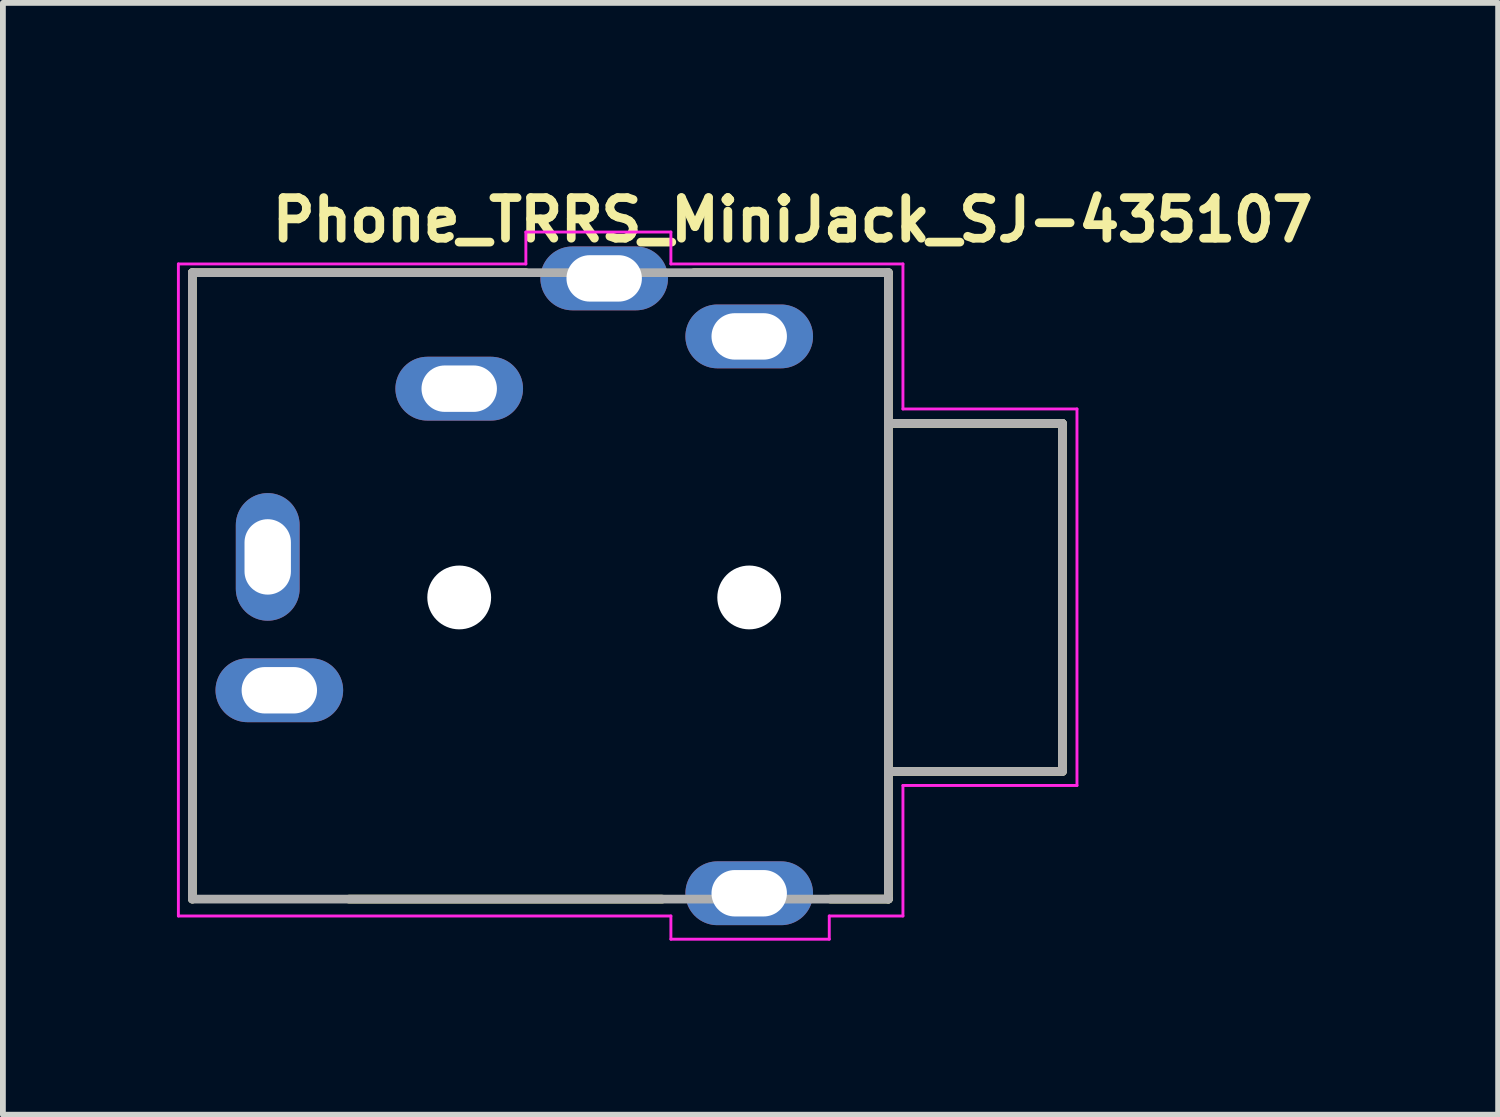
<source format=kicad_pcb>
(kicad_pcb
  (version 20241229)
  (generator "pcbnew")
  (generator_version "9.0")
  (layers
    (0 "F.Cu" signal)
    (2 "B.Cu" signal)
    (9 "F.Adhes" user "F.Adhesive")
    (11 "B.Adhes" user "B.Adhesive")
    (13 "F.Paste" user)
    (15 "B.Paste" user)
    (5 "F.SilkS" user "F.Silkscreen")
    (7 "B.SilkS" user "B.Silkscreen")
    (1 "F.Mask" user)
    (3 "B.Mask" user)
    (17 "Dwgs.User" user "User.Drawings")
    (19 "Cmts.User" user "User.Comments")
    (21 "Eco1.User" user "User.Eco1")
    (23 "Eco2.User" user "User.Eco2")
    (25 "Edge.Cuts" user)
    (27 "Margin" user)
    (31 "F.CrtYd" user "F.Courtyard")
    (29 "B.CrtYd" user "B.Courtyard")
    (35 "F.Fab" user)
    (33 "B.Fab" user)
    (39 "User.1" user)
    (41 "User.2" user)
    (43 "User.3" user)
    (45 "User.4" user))
  (footprint "Phone_TRRS_MiniJack_SJ-435107"
    (layer "F.Cu")
    (at 1.565 6.55)
    (property "Reference" "Phone_TRRS_MiniJack_SJ-435107" (at 0 -5.4 0) (layer "F.SilkS") (effects (font (size 0.7 0.7) (thickness 0.15)) (justify left bottom)))
    (attr through_hole)
    (fp_line (start -1.299 -4.9) (end -1.299 5.899) (stroke (width 0.15) (type solid)) (layer "F.SilkS"))
    (fp_line (start 1.401 5.899) (end 6.8 5.899) (stroke (width 0.15) (type solid)) (layer "F.SilkS"))
    (fp_line (start 4.45 -4.9) (end -1.299 -4.9) (stroke (width 0.15) (type solid)) (layer "F.SilkS"))
    (fp_line (start 9.699 5.899) (end 10.699 5.899) (stroke (width 0.15) (type solid)) (layer "F.SilkS"))
    (fp_line (start 10.699 -4.9) (end 7.349 -4.9) (stroke (width 0.15) (type solid)) (layer "F.SilkS"))
    (fp_line (start 10.699 -2.301) (end 10.699 -4.9) (stroke (width 0.15) (type solid)) (layer "F.SilkS"))
    (fp_line (start 10.699 3.698) (end 10.699 -2.301) (stroke (width 0.15) (type solid)) (layer "F.SilkS"))
    (fp_line (start 10.699 3.698) (end 13.699 3.698) (stroke (width 0.15) (type solid)) (layer "F.SilkS"))
    (fp_line (start 10.699 5.899) (end 10.699 3.698) (stroke (width 0.15) (type solid)) (layer "F.SilkS"))
    (fp_line (start 13.699 -2.301) (end 10.699 -2.301) (stroke (width 0.15) (type solid)) (layer "F.SilkS"))
    (fp_line (start 13.699 3.698) (end 13.699 -2.301) (stroke (width 0.15) (type solid)) (layer "F.SilkS"))
    (fp_line (start -1.54 -5.05) (end 4.45 -5.05) (stroke (width 0.05) (type solid)) (layer "F.CrtYd"))
    (fp_line (start -1.54 6.19) (end -1.54 -5.05) (stroke (width 0.05) (type solid)) (layer "F.CrtYd"))
    (fp_line (start 4.45 -5.6) (end 6.95 -5.6) (stroke (width 0.05) (type solid)) (layer "F.CrtYd"))
    (fp_line (start 4.45 -5.05) (end 4.45 -5.6) (stroke (width 0.05) (type solid)) (layer "F.CrtYd"))
    (fp_line (start 6.95 -5.6) (end 6.95 -5.05) (stroke (width 0.05) (type solid)) (layer "F.CrtYd"))
    (fp_line (start 6.95 -5.05) (end 10.95 -5.05) (stroke (width 0.05) (type solid)) (layer "F.CrtYd"))
    (fp_line (start 6.95 6.19) (end -1.54 6.19) (stroke (width 0.05) (type solid)) (layer "F.CrtYd"))
    (fp_line (start 6.95 6.59) (end 6.95 6.19) (stroke (width 0.05) (type solid)) (layer "F.CrtYd"))
    (fp_line (start 9.68 6.19) (end 9.68 6.59) (stroke (width 0.05) (type solid)) (layer "F.CrtYd"))
    (fp_line (start 9.68 6.59) (end 6.95 6.59) (stroke (width 0.05) (type solid)) (layer "F.CrtYd"))
    (fp_line (start 10.95 -5.05) (end 10.95 -2.55) (stroke (width 0.05) (type solid)) (layer "F.CrtYd"))
    (fp_line (start 10.95 -2.55) (end 13.95 -2.55) (stroke (width 0.05) (type solid)) (layer "F.CrtYd"))
    (fp_line (start 10.95 3.94) (end 10.95 6.19) (stroke (width 0.05) (type solid)) (layer "F.CrtYd"))
    (fp_line (start 10.95 6.19) (end 9.68 6.19) (stroke (width 0.05) (type solid)) (layer "F.CrtYd"))
    (fp_line (start 13.95 -2.55) (end 13.95 3.94) (stroke (width 0.05) (type solid)) (layer "F.CrtYd"))
    (fp_line (start 13.95 3.94) (end 10.95 3.94) (stroke (width 0.05) (type solid)) (layer "F.CrtYd"))
    (fp_line (start -1.299 -4.9) (end 10.699 -4.9) (stroke (width 0.15) (type solid)) (layer "F.Fab"))
    (fp_line (start -1.299 5.899) (end -1.299 -4.9) (stroke (width 0.15) (type solid)) (layer "F.Fab"))
    (fp_line (start 10.699 -4.9) (end 10.699 -2.301) (stroke (width 0.15) (type solid)) (layer "F.Fab"))
    (fp_line (start 10.699 -2.301) (end 10.699 3.698) (stroke (width 0.15) (type solid)) (layer "F.Fab"))
    (fp_line (start 10.699 -2.301) (end 13.699 -2.301) (stroke (width 0.15) (type solid)) (layer "F.Fab"))
    (fp_line (start 10.699 3.698) (end 10.699 5.899) (stroke (width 0.15) (type solid)) (layer "F.Fab"))
    (fp_line (start 10.699 3.698) (end 13.699 3.698) (stroke (width 0.15) (type solid)) (layer "F.Fab"))
    (fp_line (start 10.699 5.899) (end -1.299 5.899) (stroke (width 0.15) (type solid)) (layer "F.Fab"))
    (fp_line (start 13.699 3.698) (end 13.699 -2.301) (stroke (width 0.15) (type solid)) (layer "F.Fab"))
    (fp_rect (start -1.3 -5.148) (end 13.7 6.151) (stroke (width 0.1) (type solid)) (fill no) (layer "User.5"))
    (fp_line (start -1.3 -4.898) (end -1.3 -4.949) (stroke (width 0.02) (type solid)) (layer "User.9"))
    (fp_line (start -1.3 -4.699) (end -1.3 -4.898) (stroke (width 0.02) (type solid)) (layer "User.9"))
    (fp_line (start -1.3 -4.499) (end -1.3 -4.699) (stroke (width 0.02) (type solid)) (layer "User.9"))
    (fp_line (start -1.3 -4.499) (end -1.099 -4.499) (stroke (width 0.02) (type solid)) (layer "User.9"))
    (fp_line (start -1.3 -2.749) (end -1.3 -4.499) (stroke (width 0.02) (type solid)) (layer "User.9"))
    (fp_line (start -1.3 -2.598) (end -1.3 -2.749) (stroke (width 0.02) (type solid)) (layer "User.9"))
    (fp_line (start -1.3 -0.649) (end -1.3 -2.598) (stroke (width 0.02) (type solid)) (layer "User.9"))
    (fp_line (start -1.3 -0.499) (end -1.3 -0.649) (stroke (width 0.02) (type solid)) (layer "User.9"))
    (fp_line (start -1.3 -0.499) (end -1.099 -0.499) (stroke (width 0.02) (type solid)) (layer "User.9"))
    (fp_line (start -1.3 1.5) (end -1.3 -0.499) (stroke (width 0.02) (type solid)) (layer "User.9"))
    (fp_line (start -1.3 1.65) (end -1.3 1.5) (stroke (width 0.02) (type solid)) (layer "User.9"))
    (fp_line (start -1.3 3.6) (end -1.3 1.65) (stroke (width 0.02) (type solid)) (layer "User.9"))
    (fp_line (start -1.3 3.749) (end -1.3 3.6) (stroke (width 0.02) (type solid)) (layer "User.9"))
    (fp_line (start -1.3 3.749) (end -1.099 3.749) (stroke (width 0.02) (type solid)) (layer "User.9"))
    (fp_line (start -1.3 5.501) (end -1.3 3.749) (stroke (width 0.02) (type solid)) (layer "User.9"))
    (fp_line (start -1.3 5.701) (end -1.3 5.501) (stroke (width 0.02) (type solid)) (layer "User.9"))
    (fp_line (start -1.3 5.901) (end -1.3 5.701) (stroke (width 0.02) (type solid)) (layer "User.9"))
    (fp_line (start -1.3 5.951) (end -1.3 5.901) (stroke (width 0.02) (type solid)) (layer "User.9"))
    (fp_line (start -1.3 5.951) (end -1.298 5.96) (stroke (width 0.02) (type solid)) (layer "User.9"))
    (fp_line (start -1.298 -4.968) (end -1.298 -4.957) (stroke (width 0.02) (type solid)) (layer "User.9"))
    (fp_line (start -1.298 -4.957) (end -1.3 -4.949) (stroke (width 0.02) (type solid)) (layer "User.9"))
    (fp_line (start -1.298 5.96) (end -1.298 5.97) (stroke (width 0.02) (type solid)) (layer "User.9"))
    (fp_line (start -1.298 5.97) (end -1.297 5.98) (stroke (width 0.02) (type solid)) (layer "User.9"))
    (fp_line (start -1.297 -4.978) (end -1.298 -4.968) (stroke (width 0.02) (type solid)) (layer "User.9"))
    (fp_line (start -1.297 5.98) (end -1.295 5.99) (stroke (width 0.02) (type solid)) (layer "User.9"))
    (fp_line (start -1.295 -4.988) (end -1.297 -4.978) (stroke (width 0.02) (type solid)) (layer "User.9"))
    (fp_line (start -1.295 5.99) (end -1.293 5.999) (stroke (width 0.02) (type solid)) (layer "User.9"))
    (fp_line (start -1.293 -4.997) (end -1.295 -4.988) (stroke (width 0.02) (type solid)) (layer "User.9"))
    (fp_line (start -1.293 5.999) (end -1.291 6.009) (stroke (width 0.02) (type solid)) (layer "User.9"))
    (fp_line (start -1.291 -5.007) (end -1.293 -4.997) (stroke (width 0.02) (type solid)) (layer "User.9"))
    (fp_line (start -1.291 6.009) (end -1.288 6.018) (stroke (width 0.02) (type solid)) (layer "User.9"))
    (fp_line (start -1.288 -5.016) (end -1.291 -5.007) (stroke (width 0.02) (type solid)) (layer "User.9"))
    (fp_line (start -1.288 6.018) (end -1.284 6.027) (stroke (width 0.02) (type solid)) (layer "User.9"))
    (fp_line (start -1.284 -5.025) (end -1.288 -5.016) (stroke (width 0.02) (type solid)) (layer "User.9"))
    (fp_line (start -1.284 6.027) (end -1.28 6.036) (stroke (width 0.02) (type solid)) (layer "User.9"))
    (fp_line (start -1.28 -5.034) (end -1.284 -5.025) (stroke (width 0.02) (type solid)) (layer "User.9"))
    (fp_line (start -1.28 6.036) (end -1.275 6.045) (stroke (width 0.02) (type solid)) (layer "User.9"))
    (fp_line (start -1.275 -5.042) (end -1.28 -5.034) (stroke (width 0.02) (type solid)) (layer "User.9"))
    (fp_line (start -1.275 6.045) (end -1.271 6.053) (stroke (width 0.02) (type solid)) (layer "User.9"))
    (fp_line (start -1.271 -5.05) (end -1.275 -5.042) (stroke (width 0.02) (type solid)) (layer "User.9"))
    (fp_line (start -1.271 6.053) (end -1.266 6.061) (stroke (width 0.02) (type solid)) (layer "User.9"))
    (fp_line (start -1.266 -5.058) (end -1.271 -5.05) (stroke (width 0.02) (type solid)) (layer "User.9"))
    (fp_line (start -1.266 6.061) (end -1.26 6.069) (stroke (width 0.02) (type solid)) (layer "User.9"))
    (fp_line (start -1.26 -5.066) (end -1.266 -5.058) (stroke (width 0.02) (type solid)) (layer "User.9"))
    (fp_line (start -1.26 6.069) (end -1.254 6.077) (stroke (width 0.02) (type solid)) (layer "User.9"))
    (fp_line (start -1.254 -5.074) (end -1.26 -5.066) (stroke (width 0.02) (type solid)) (layer "User.9"))
    (fp_line (start -1.254 6.077) (end -1.248 6.085) (stroke (width 0.02) (type solid)) (layer "User.9"))
    (fp_line (start -1.248 -5.082) (end -1.254 -5.074) (stroke (width 0.02) (type solid)) (layer "User.9"))
    (fp_line (start -1.248 6.085) (end -1.24 6.092) (stroke (width 0.02) (type solid)) (layer "User.9"))
    (fp_line (start -1.24 -5.09) (end -1.248 -5.082) (stroke (width 0.02) (type solid)) (layer "User.9"))
    (fp_line (start -1.24 -5.09) (end -1.24 -5.09) (stroke (width 0.02) (type solid)) (layer "User.9"))
    (fp_line (start -1.24 6.092) (end -1.24 6.092) (stroke (width 0.02) (type solid)) (layer "User.9"))
    (fp_line (start -1.24 6.092) (end -1.234 6.099) (stroke (width 0.02) (type solid)) (layer "User.9"))
    (fp_line (start -1.234 -5.097) (end -1.24 -5.09) (stroke (width 0.02) (type solid)) (layer "User.9"))
    (fp_line (start -1.234 6.099) (end -1.226 6.105) (stroke (width 0.02) (type solid)) (layer "User.9"))
    (fp_line (start -1.226 -5.103) (end -1.234 -5.097) (stroke (width 0.02) (type solid)) (layer "User.9"))
    (fp_line (start -1.226 6.105) (end -1.217 6.111) (stroke (width 0.02) (type solid)) (layer "User.9"))
    (fp_line (start -1.217 -5.109) (end -1.226 -5.103) (stroke (width 0.02) (type solid)) (layer "User.9"))
    (fp_line (start -1.217 6.111) (end -1.21 6.117) (stroke (width 0.02) (type solid)) (layer "User.9"))
    (fp_line (start -1.21 -5.114) (end -1.217 -5.109) (stroke (width 0.02) (type solid)) (layer "User.9"))
    (fp_line (start -1.21 6.117) (end -1.202 6.122) (stroke (width 0.02) (type solid)) (layer "User.9"))
    (fp_line (start -1.202 -5.119) (end -1.21 -5.114) (stroke (width 0.02) (type solid)) (layer "User.9"))
    (fp_line (start -1.202 6.122) (end -1.194 6.127) (stroke (width 0.02) (type solid)) (layer "User.9"))
    (fp_line (start -1.194 -5.125) (end -1.202 -5.119) (stroke (width 0.02) (type solid)) (layer "User.9"))
    (fp_line (start -1.194 6.127) (end -1.185 6.131) (stroke (width 0.02) (type solid)) (layer "User.9"))
    (fp_line (start -1.185 -5.129) (end -1.194 -5.125) (stroke (width 0.02) (type solid)) (layer "User.9"))
    (fp_line (start -1.185 6.131) (end -1.176 6.135) (stroke (width 0.02) (type solid)) (layer "User.9"))
    (fp_line (start -1.176 -5.133) (end -1.185 -5.129) (stroke (width 0.02) (type solid)) (layer "User.9"))
    (fp_line (start -1.176 6.135) (end -1.167 6.139) (stroke (width 0.02) (type solid)) (layer "User.9"))
    (fp_line (start -1.167 -5.137) (end -1.176 -5.133) (stroke (width 0.02) (type solid)) (layer "User.9"))
    (fp_line (start -1.167 6.139) (end -1.158 6.142) (stroke (width 0.02) (type solid)) (layer "User.9"))
    (fp_line (start -1.158 -5.14) (end -1.167 -5.137) (stroke (width 0.02) (type solid)) (layer "User.9"))
    (fp_line (start -1.158 6.142) (end -1.147 6.144) (stroke (width 0.02) (type solid)) (layer "User.9"))
    (fp_line (start -1.147 -5.142) (end -1.158 -5.14) (stroke (width 0.02) (type solid)) (layer "User.9"))
    (fp_line (start -1.147 6.144) (end -1.138 6.147) (stroke (width 0.02) (type solid)) (layer "User.9"))
    (fp_line (start -1.138 -5.145) (end -1.147 -5.142) (stroke (width 0.02) (type solid)) (layer "User.9"))
    (fp_line (start -1.138 6.147) (end -1.129 6.148) (stroke (width 0.02) (type solid)) (layer "User.9"))
    (fp_line (start -1.129 -5.146) (end -1.138 -5.145) (stroke (width 0.02) (type solid)) (layer "User.9"))
    (fp_line (start -1.129 6.148) (end -1.118 6.15) (stroke (width 0.02) (type solid)) (layer "User.9"))
    (fp_line (start -1.118 -5.148) (end -1.129 -5.146) (stroke (width 0.02) (type solid)) (layer "User.9"))
    (fp_line (start -1.118 6.15) (end -1.109 6.15) (stroke (width 0.02) (type solid)) (layer "User.9"))
    (fp_line (start -1.109 -5.148) (end -1.118 -5.148) (stroke (width 0.02) (type solid)) (layer "User.9"))
    (fp_line (start -1.109 6.15) (end -1.099 6.151) (stroke (width 0.02) (type solid)) (layer "User.9"))
    (fp_line (start -1.099 -5.148) (end -1.109 -5.148) (stroke (width 0.02) (type solid)) (layer "User.9"))
    (fp_line (start -1.099 -4.949) (end 0.9 -4.949) (stroke (width 0.02) (type solid)) (layer "User.9"))
    (fp_line (start -1.099 -4.898) (end -1.3 -4.898) (stroke (width 0.02) (type solid)) (layer "User.9"))
    (fp_line (start -1.099 -4.898) (end -1.099 -4.949) (stroke (width 0.02) (type solid)) (layer "User.9"))
    (fp_line (start -1.099 -4.699) (end -1.099 -4.898) (stroke (width 0.02) (type solid)) (layer "User.9"))
    (fp_line (start -1.099 -4.499) (end -1.099 -4.699) (stroke (width 0.02) (type solid)) (layer "User.9"))
    (fp_line (start -1.099 -2.749) (end -1.3 -2.749) (stroke (width 0.02) (type solid)) (layer "User.9"))
    (fp_line (start -1.099 -2.749) (end -1.05 -2.749) (stroke (width 0.02) (type solid)) (layer "User.9"))
    (fp_line (start -1.099 -2.598) (end -1.099 -2.749) (stroke (width 0.02) (type solid)) (layer "User.9"))
    (fp_line (start -1.099 -0.649) (end -1.099 -2.598) (stroke (width 0.02) (type solid)) (layer "User.9"))
    (fp_line (start -1.099 -0.499) (end -1.099 -0.649) (stroke (width 0.02) (type solid)) (layer "User.9"))
    (fp_line (start -1.099 1.5) (end -1.3 1.5) (stroke (width 0.02) (type solid)) (layer "User.9"))
    (fp_line (start -1.099 1.5) (end -1.05 1.5) (stroke (width 0.02) (type solid)) (layer "User.9"))
    (fp_line (start -1.099 1.65) (end -1.099 1.5) (stroke (width 0.02) (type solid)) (layer "User.9"))
    (fp_line (start -1.099 3.6) (end -1.099 1.65) (stroke (width 0.02) (type solid)) (layer "User.9"))
    (fp_line (start -1.099 3.749) (end -1.099 3.6) (stroke (width 0.02) (type solid)) (layer "User.9"))
    (fp_line (start -1.099 5.501) (end -1.3 5.501) (stroke (width 0.02) (type solid)) (layer "User.9"))
    (fp_line (start -1.099 5.501) (end -0.999 5.501) (stroke (width 0.02) (type solid)) (layer "User.9"))
    (fp_line (start -1.099 5.701) (end -1.099 5.501) (stroke (width 0.02) (type solid)) (layer "User.9"))
    (fp_line (start -1.099 5.901) (end -1.3 5.901) (stroke (width 0.02) (type solid)) (layer "User.9"))
    (fp_line (start -1.099 5.901) (end -1.099 5.701) (stroke (width 0.02) (type solid)) (layer "User.9"))
    (fp_line (start -1.099 5.951) (end -1.099 5.901) (stroke (width 0.02) (type solid)) (layer "User.9"))
    (fp_line (start -1.05 -2.749) (end -1.042 -2.748) (stroke (width 0.02) (type solid)) (layer "User.9"))
    (fp_line (start -1.05 -0.499) (end -1.099 -0.499) (stroke (width 0.02) (type solid)) (layer "User.9"))
    (fp_line (start -1.05 1.5) (end -1.042 1.5) (stroke (width 0.02) (type solid)) (layer "User.9"))
    (fp_line (start -1.05 3.749) (end -1.099 3.749) (stroke (width 0.02) (type solid)) (layer "User.9"))
    (fp_line (start -1.042 -2.748) (end -1.034 -2.748) (stroke (width 0.02) (type solid)) (layer "User.9"))
    (fp_line (start -1.042 -0.499) (end -1.05 -0.499) (stroke (width 0.02) (type solid)) (layer "User.9"))
    (fp_line (start -1.042 1.5) (end -1.034 1.5) (stroke (width 0.02) (type solid)) (layer "User.9"))
    (fp_line (start -1.042 3.749) (end -1.05 3.749) (stroke (width 0.02) (type solid)) (layer "User.9"))
    (fp_line (start -1.034 -2.748) (end -1.027 -2.747) (stroke (width 0.02) (type solid)) (layer "User.9"))
    (fp_line (start -1.034 -0.499) (end -1.042 -0.499) (stroke (width 0.02) (type solid)) (layer "User.9"))
    (fp_line (start -1.034 1.5) (end -1.027 1.501) (stroke (width 0.02) (type solid)) (layer "User.9"))
    (fp_line (start -1.034 3.749) (end -1.042 3.749) (stroke (width 0.02) (type solid)) (layer "User.9"))
    (fp_line (start -1.027 -2.747) (end -1.019 -2.745) (stroke (width 0.02) (type solid)) (layer "User.9"))
    (fp_line (start -1.027 -0.5) (end -1.034 -0.499) (stroke (width 0.02) (type solid)) (layer "User.9"))
    (fp_line (start -1.027 1.501) (end -1.019 1.503) (stroke (width 0.02) (type solid)) (layer "User.9"))
    (fp_line (start -1.027 3.749) (end -1.034 3.749) (stroke (width 0.02) (type solid)) (layer "User.9"))
    (fp_line (start -1.019 -2.745) (end -1.012 -2.744) (stroke (width 0.02) (type solid)) (layer "User.9"))
    (fp_line (start -1.019 -0.502) (end -1.027 -0.5) (stroke (width 0.02) (type solid)) (layer "User.9"))
    (fp_line (start -1.019 1.503) (end -1.012 1.504) (stroke (width 0.02) (type solid)) (layer "User.9"))
    (fp_line (start -1.019 3.747) (end -1.027 3.749) (stroke (width 0.02) (type solid)) (layer "User.9"))
    (fp_line (start -1.012 -2.744) (end -1.005 -2.742) (stroke (width 0.02) (type solid)) (layer "User.9"))
    (fp_line (start -1.012 -0.503) (end -1.019 -0.502) (stroke (width 0.02) (type solid)) (layer "User.9"))
    (fp_line (start -1.012 1.504) (end -1.005 1.506) (stroke (width 0.02) (type solid)) (layer "User.9"))
    (fp_line (start -1.012 3.746) (end -1.019 3.747) (stroke (width 0.02) (type solid)) (layer "User.9"))
    (fp_line (start -1.005 -2.742) (end -0.998 -2.739) (stroke (width 0.02) (type solid)) (layer "User.9"))
    (fp_line (start -1.005 -0.505) (end -1.012 -0.503) (stroke (width 0.02) (type solid)) (layer "User.9"))
    (fp_line (start -1.005 1.506) (end -0.998 1.509) (stroke (width 0.02) (type solid)) (layer "User.9"))
    (fp_line (start -1.005 3.744) (end -1.012 3.746) (stroke (width 0.02) (type solid)) (layer "User.9"))
    (fp_line (start -0.999 -4.898) (end -0.8 -4.898) (stroke (width 0.02) (type solid)) (layer "User.9"))
    (fp_line (start -0.999 -4.699) (end -0.999 -4.898) (stroke (width 0.02) (type solid)) (layer "User.9"))
    (fp_line (start -0.999 -4.699) (end -0.8 -4.699) (stroke (width 0.02) (type solid)) (layer "User.9"))
    (fp_line (start -0.999 -4.499) (end -1.099 -4.499) (stroke (width 0.02) (type solid)) (layer "User.9"))
    (fp_line (start -0.999 5.501) (end -0.99 5.501) (stroke (width 0.02) (type solid)) (layer "User.9"))
    (fp_line (start -0.999 5.701) (end -0.999 5.901) (stroke (width 0.02) (type solid)) (layer "User.9"))
    (fp_line (start -0.998 -2.739) (end -0.99 -2.737) (stroke (width 0.02) (type solid)) (layer "User.9"))
    (fp_line (start -0.998 -0.508) (end -1.005 -0.505) (stroke (width 0.02) (type solid)) (layer "User.9"))
    (fp_line (start -0.998 1.509) (end -0.99 1.511) (stroke (width 0.02) (type solid)) (layer "User.9"))
    (fp_line (start -0.998 3.741) (end -1.005 3.744) (stroke (width 0.02) (type solid)) (layer "User.9"))
    (fp_line (start -0.99 -4.499) (end -0.999 -4.499) (stroke (width 0.02) (type solid)) (layer "User.9"))
    (fp_line (start -0.99 -2.737) (end -0.984 -2.734) (stroke (width 0.02) (type solid)) (layer "User.9"))
    (fp_line (start -0.99 -0.51) (end -0.998 -0.508) (stroke (width 0.02) (type solid)) (layer "User.9"))
    (fp_line (start -0.99 1.511) (end -0.984 1.514) (stroke (width 0.02) (type solid)) (layer "User.9"))
    (fp_line (start -0.99 3.739) (end -0.998 3.741) (stroke (width 0.02) (type solid)) (layer "User.9"))
    (fp_line (start -0.99 5.501) (end -0.98 5.501) (stroke (width 0.02) (type solid)) (layer "User.9"))
    (fp_line (start -0.984 -2.734) (end -0.978 -2.73) (stroke (width 0.02) (type solid)) (layer "User.9"))
    (fp_line (start -0.984 -0.513) (end -0.99 -0.51) (stroke (width 0.02) (type solid)) (layer "User.9"))
    (fp_line (start -0.984 1.514) (end -0.978 1.518) (stroke (width 0.02) (type solid)) (layer "User.9"))
    (fp_line (start -0.984 3.736) (end -0.99 3.739) (stroke (width 0.02) (type solid)) (layer "User.9"))
    (fp_line (start -0.98 -4.499) (end -0.99 -4.499) (stroke (width 0.02) (type solid)) (layer "User.9"))
    (fp_line (start -0.98 5.501) (end -0.97 5.503) (stroke (width 0.02) (type solid)) (layer "User.9"))
    (fp_line (start -0.978 -2.73) (end -0.972 -2.727) (stroke (width 0.02) (type solid)) (layer "User.9"))
    (fp_line (start -0.978 -0.517) (end -0.984 -0.513) (stroke (width 0.02) (type solid)) (layer "User.9"))
    (fp_line (start -0.978 1.518) (end -0.972 1.522) (stroke (width 0.02) (type solid)) (layer "User.9"))
    (fp_line (start -0.978 3.732) (end -0.984 3.736) (stroke (width 0.02) (type solid)) (layer "User.9"))
    (fp_line (start -0.972 -2.727) (end -0.966 -2.723) (stroke (width 0.02) (type solid)) (layer "User.9"))
    (fp_line (start -0.972 -0.52) (end -0.978 -0.517) (stroke (width 0.02) (type solid)) (layer "User.9"))
    (fp_line (start -0.972 1.522) (end -0.966 1.526) (stroke (width 0.02) (type solid)) (layer "User.9"))
    (fp_line (start -0.972 3.728) (end -0.978 3.732) (stroke (width 0.02) (type solid)) (layer "User.9"))
    (fp_line (start -0.97 -4.501) (end -0.98 -4.499) (stroke (width 0.02) (type solid)) (layer "User.9"))
    (fp_line (start -0.97 5.503) (end -0.96 5.504) (stroke (width 0.02) (type solid)) (layer "User.9"))
    (fp_line (start -0.966 -2.723) (end -0.96 -2.719) (stroke (width 0.02) (type solid)) (layer "User.9"))
    (fp_line (start -0.966 -0.524) (end -0.972 -0.52) (stroke (width 0.02) (type solid)) (layer "User.9"))
    (fp_line (start -0.966 1.526) (end -0.96 1.53) (stroke (width 0.02) (type solid)) (layer "User.9"))
    (fp_line (start -0.966 3.725) (end -0.972 3.728) (stroke (width 0.02) (type solid)) (layer "User.9"))
    (fp_line (start -0.96 -4.502) (end -0.97 -4.501) (stroke (width 0.02) (type solid)) (layer "User.9"))
    (fp_line (start -0.96 -2.719) (end -0.954 -2.714) (stroke (width 0.02) (type solid)) (layer "User.9"))
    (fp_line (start -0.96 -0.528) (end -0.966 -0.524) (stroke (width 0.02) (type solid)) (layer "User.9"))
    (fp_line (start -0.96 1.53) (end -0.954 1.534) (stroke (width 0.02) (type solid)) (layer "User.9"))
    (fp_line (start -0.96 3.72) (end -0.966 3.725) (stroke (width 0.02) (type solid)) (layer "User.9"))
    (fp_line (start -0.96 5.504) (end -0.951 5.507) (stroke (width 0.02) (type solid)) (layer "User.9"))
    (fp_line (start -0.954 -2.714) (end -0.949 -2.71) (stroke (width 0.02) (type solid)) (layer "User.9"))
    (fp_line (start -0.954 -0.533) (end -0.96 -0.528) (stroke (width 0.02) (type solid)) (layer "User.9"))
    (fp_line (start -0.954 1.534) (end -0.949 1.538) (stroke (width 0.02) (type solid)) (layer "User.9"))
    (fp_line (start -0.954 3.716) (end -0.96 3.72) (stroke (width 0.02) (type solid)) (layer "User.9"))
    (fp_line (start -0.951 -4.505) (end -0.96 -4.502) (stroke (width 0.02) (type solid)) (layer "User.9"))
    (fp_line (start -0.951 5.507) (end -0.941 5.509) (stroke (width 0.02) (type solid)) (layer "User.9"))
    (fp_line (start -0.949 -2.71) (end -0.943 -2.705) (stroke (width 0.02) (type solid)) (layer "User.9"))
    (fp_line (start -0.949 -0.537) (end -0.954 -0.533) (stroke (width 0.02) (type solid)) (layer "User.9"))
    (fp_line (start -0.949 1.538) (end -0.943 1.543) (stroke (width 0.02) (type solid)) (layer "User.9"))
    (fp_line (start -0.949 3.712) (end -0.954 3.716) (stroke (width 0.02) (type solid)) (layer "User.9"))
    (fp_line (start -0.943 -2.705) (end -0.938 -2.699) (stroke (width 0.02) (type solid)) (layer "User.9"))
    (fp_line (start -0.943 -0.542) (end -0.949 -0.537) (stroke (width 0.02) (type solid)) (layer "User.9"))
    (fp_line (start -0.943 1.543) (end -0.938 1.549) (stroke (width 0.02) (type solid)) (layer "User.9"))
    (fp_line (start -0.943 3.707) (end -0.949 3.712) (stroke (width 0.02) (type solid)) (layer "User.9"))
    (fp_line (start -0.941 -4.507) (end -0.951 -4.505) (stroke (width 0.02) (type solid)) (layer "User.9"))
    (fp_line (start -0.941 5.509) (end -0.932 5.512) (stroke (width 0.02) (type solid)) (layer "User.9"))
    (fp_line (start -0.938 -2.699) (end -0.934 -2.694) (stroke (width 0.02) (type solid)) (layer "User.9"))
    (fp_line (start -0.938 -0.548) (end -0.943 -0.542) (stroke (width 0.02) (type solid)) (layer "User.9"))
    (fp_line (start -0.938 1.549) (end -0.934 1.554) (stroke (width 0.02) (type solid)) (layer "User.9"))
    (fp_line (start -0.938 3.701) (end -0.943 3.707) (stroke (width 0.02) (type solid)) (layer "User.9"))
    (fp_line (start -0.934 -2.694) (end -0.929 -2.688) (stroke (width 0.02) (type solid)) (layer "User.9"))
    (fp_line (start -0.934 -0.553) (end -0.938 -0.548) (stroke (width 0.02) (type solid)) (layer "User.9"))
    (fp_line (start -0.934 1.554) (end -0.929 1.56) (stroke (width 0.02) (type solid)) (layer "User.9"))
    (fp_line (start -0.934 3.696) (end -0.938 3.701) (stroke (width 0.02) (type solid)) (layer "User.9"))
    (fp_line (start -0.932 -4.51) (end -0.941 -4.507) (stroke (width 0.02) (type solid)) (layer "User.9"))
    (fp_line (start -0.932 5.512) (end -0.923 5.516) (stroke (width 0.02) (type solid)) (layer "User.9"))
    (fp_line (start -0.929 -2.688) (end -0.925 -2.681) (stroke (width 0.02) (type solid)) (layer "User.9"))
    (fp_line (start -0.929 -0.559) (end -0.934 -0.553) (stroke (width 0.02) (type solid)) (layer "User.9"))
    (fp_line (start -0.929 1.56) (end -0.925 1.566) (stroke (width 0.02) (type solid)) (layer "User.9"))
    (fp_line (start -0.929 3.69) (end -0.934 3.696) (stroke (width 0.02) (type solid)) (layer "User.9"))
    (fp_line (start -0.925 -2.681) (end -0.92 -2.676) (stroke (width 0.02) (type solid)) (layer "User.9"))
    (fp_line (start -0.925 -0.565) (end -0.929 -0.559) (stroke (width 0.02) (type solid)) (layer "User.9"))
    (fp_line (start -0.925 1.566) (end -0.92 1.572) (stroke (width 0.02) (type solid)) (layer "User.9"))
    (fp_line (start -0.925 3.683) (end -0.929 3.69) (stroke (width 0.02) (type solid)) (layer "User.9"))
    (fp_line (start -0.923 -4.514) (end -0.932 -4.51) (stroke (width 0.02) (type solid)) (layer "User.9"))
    (fp_line (start -0.923 5.516) (end -0.914 5.52) (stroke (width 0.02) (type solid)) (layer "User.9"))
    (fp_line (start -0.92 -2.676) (end -0.918 -2.67) (stroke (width 0.02) (type solid)) (layer "User.9"))
    (fp_line (start -0.92 -0.571) (end -0.925 -0.565) (stroke (width 0.02) (type solid)) (layer "User.9"))
    (fp_line (start -0.92 1.572) (end -0.918 1.578) (stroke (width 0.02) (type solid)) (layer "User.9"))
    (fp_line (start -0.92 3.677) (end -0.925 3.683) (stroke (width 0.02) (type solid)) (layer "User.9"))
    (fp_line (start -0.918 -2.67) (end -0.914 -2.664) (stroke (width 0.02) (type solid)) (layer "User.9"))
    (fp_line (start -0.918 -0.577) (end -0.92 -0.571) (stroke (width 0.02) (type solid)) (layer "User.9"))
    (fp_line (start -0.918 1.578) (end -0.914 1.584) (stroke (width 0.02) (type solid)) (layer "User.9"))
    (fp_line (start -0.918 3.672) (end -0.92 3.677) (stroke (width 0.02) (type solid)) (layer "User.9"))
    (fp_line (start -0.914 -4.518) (end -0.923 -4.514) (stroke (width 0.02) (type solid)) (layer "User.9"))
    (fp_line (start -0.914 -2.664) (end -0.911 -2.657) (stroke (width 0.02) (type solid)) (layer "User.9"))
    (fp_line (start -0.914 -0.583) (end -0.918 -0.577) (stroke (width 0.02) (type solid)) (layer "User.9"))
    (fp_line (start -0.914 1.584) (end -0.911 1.591) (stroke (width 0.02) (type solid)) (layer "User.9"))
    (fp_line (start -0.914 3.666) (end -0.918 3.672) (stroke (width 0.02) (type solid)) (layer "User.9"))
    (fp_line (start -0.914 5.52) (end -0.905 5.524) (stroke (width 0.02) (type solid)) (layer "User.9"))
    (fp_line (start -0.911 -2.657) (end -0.909 -2.649) (stroke (width 0.02) (type solid)) (layer "User.9"))
    (fp_line (start -0.911 -0.59) (end -0.914 -0.583) (stroke (width 0.02) (type solid)) (layer "User.9"))
    (fp_line (start -0.911 1.591) (end -0.909 1.598) (stroke (width 0.02) (type solid)) (layer "User.9"))
    (fp_line (start -0.911 3.659) (end -0.914 3.666) (stroke (width 0.02) (type solid)) (layer "User.9"))
    (fp_line (start -0.909 -2.649) (end -0.906 -2.643) (stroke (width 0.02) (type solid)) (layer "User.9"))
    (fp_line (start -0.909 -0.597) (end -0.911 -0.59) (stroke (width 0.02) (type solid)) (layer "User.9"))
    (fp_line (start -0.909 1.598) (end -0.906 1.605) (stroke (width 0.02) (type solid)) (layer "User.9"))
    (fp_line (start -0.909 3.651) (end -0.911 3.659) (stroke (width 0.02) (type solid)) (layer "User.9"))
    (fp_line (start -0.906 -2.643) (end -0.903 -2.636) (stroke (width 0.02) (type solid)) (layer "User.9"))
    (fp_line (start -0.906 -0.604) (end -0.909 -0.597) (stroke (width 0.02) (type solid)) (layer "User.9"))
    (fp_line (start -0.906 1.605) (end -0.903 1.612) (stroke (width 0.02) (type solid)) (layer "User.9"))
    (fp_line (start -0.906 3.645) (end -0.909 3.651) (stroke (width 0.02) (type solid)) (layer "User.9"))
    (fp_line (start -0.905 -4.522) (end -0.914 -4.518) (stroke (width 0.02) (type solid)) (layer "User.9"))
    (fp_line (start -0.905 5.524) (end -0.897 5.529) (stroke (width 0.02) (type solid)) (layer "User.9"))
    (fp_line (start -0.903 -2.636) (end -0.903 -2.629) (stroke (width 0.02) (type solid)) (layer "User.9"))
    (fp_line (start -0.903 -2.629) (end -0.9 -2.621) (stroke (width 0.02) (type solid)) (layer "User.9"))
    (fp_line (start -0.903 -0.616) (end -0.903 -0.611) (stroke (width 0.02) (type solid)) (layer "User.9"))
    (fp_line (start -0.903 -0.611) (end -0.906 -0.604) (stroke (width 0.02) (type solid)) (layer "User.9"))
    (fp_line (start -0.903 1.612) (end -0.903 1.619) (stroke (width 0.02) (type solid)) (layer "User.9"))
    (fp_line (start -0.903 1.619) (end -0.9 1.627) (stroke (width 0.02) (type solid)) (layer "User.9"))
    (fp_line (start -0.903 3.631) (end -0.903 3.638) (stroke (width 0.02) (type solid)) (layer "User.9"))
    (fp_line (start -0.903 3.638) (end -0.906 3.645) (stroke (width 0.02) (type solid)) (layer "User.9"))
    (fp_line (start -0.9 -2.621) (end -0.9 -2.614) (stroke (width 0.02) (type solid)) (layer "User.9"))
    (fp_line (start -0.9 -2.614) (end -0.9 -2.606) (stroke (width 0.02) (type solid)) (layer "User.9"))
    (fp_line (start -0.9 -2.606) (end -0.9 -2.598) (stroke (width 0.02) (type solid)) (layer "User.9"))
    (fp_line (start -0.9 -2.598) (end -0.9 -0.649) (stroke (width 0.02) (type solid)) (layer "User.9"))
    (fp_line (start -0.9 -0.649) (end -0.9 -0.64) (stroke (width 0.02) (type solid)) (layer "User.9"))
    (fp_line (start -0.9 -0.64) (end -0.9 -0.632) (stroke (width 0.02) (type solid)) (layer "User.9"))
    (fp_line (start -0.9 -0.632) (end -0.9 -0.624) (stroke (width 0.02) (type solid)) (layer "User.9"))
    (fp_line (start -0.9 -0.624) (end -0.903 -0.616) (stroke (width 0.02) (type solid)) (layer "User.9"))
    (fp_line (start -0.9 1.627) (end -0.9 1.634) (stroke (width 0.02) (type solid)) (layer "User.9"))
    (fp_line (start -0.9 1.634) (end -0.9 1.643) (stroke (width 0.02) (type solid)) (layer "User.9"))
    (fp_line (start -0.9 1.643) (end -0.9 1.65) (stroke (width 0.02) (type solid)) (layer "User.9"))
    (fp_line (start -0.9 1.65) (end -0.9 3.6) (stroke (width 0.02) (type solid)) (layer "User.9"))
    (fp_line (start -0.9 3.6) (end -0.9 3.608) (stroke (width 0.02) (type solid)) (layer "User.9"))
    (fp_line (start -0.9 3.608) (end -0.9 3.616) (stroke (width 0.02) (type solid)) (layer "User.9"))
    (fp_line (start -0.9 3.616) (end -0.9 3.623) (stroke (width 0.02) (type solid)) (layer "User.9"))
    (fp_line (start -0.9 3.623) (end -0.903 3.631) (stroke (width 0.02) (type solid)) (layer "User.9"))
    (fp_line (start -0.897 -4.526) (end -0.905 -4.522) (stroke (width 0.02) (type solid)) (layer "User.9"))
    (fp_line (start -0.897 5.529) (end -0.888 5.534) (stroke (width 0.02) (type solid)) (layer "User.9"))
    (fp_line (start -0.888 -4.532) (end -0.897 -4.526) (stroke (width 0.02) (type solid)) (layer "User.9"))
    (fp_line (start -0.888 5.534) (end -0.881 5.54) (stroke (width 0.02) (type solid)) (layer "User.9"))
    (fp_line (start -0.881 -4.538) (end -0.888 -4.532) (stroke (width 0.02) (type solid)) (layer "User.9"))
    (fp_line (start -0.881 5.54) (end -0.873 5.546) (stroke (width 0.02) (type solid)) (layer "User.9"))
    (fp_line (start -0.873 -4.544) (end -0.881 -4.538) (stroke (width 0.02) (type solid)) (layer "User.9"))
    (fp_line (start -0.873 5.546) (end -0.865 5.552) (stroke (width 0.02) (type solid)) (layer "User.9"))
    (fp_line (start -0.865 -4.55) (end -0.873 -4.544) (stroke (width 0.02) (type solid)) (layer "User.9"))
    (fp_line (start -0.865 5.552) (end -0.858 5.559) (stroke (width 0.02) (type solid)) (layer "User.9"))
    (fp_line (start -0.858 -4.557) (end -0.865 -4.55) (stroke (width 0.02) (type solid)) (layer "User.9"))
    (fp_line (start -0.858 -4.557) (end -0.858 -4.557) (stroke (width 0.02) (type solid)) (layer "User.9"))
    (fp_line (start -0.858 5.559) (end -0.858 5.559) (stroke (width 0.02) (type solid)) (layer "User.9"))
    (fp_line (start -0.858 5.559) (end -0.851 5.566) (stroke (width 0.02) (type solid)) (layer "User.9"))
    (fp_line (start -0.851 -4.563) (end -0.858 -4.557) (stroke (width 0.02) (type solid)) (layer "User.9"))
    (fp_line (start -0.851 5.566) (end -0.845 5.574) (stroke (width 0.02) (type solid)) (layer "User.9"))
    (fp_line (start -0.845 -4.571) (end -0.851 -4.563) (stroke (width 0.02) (type solid)) (layer "User.9"))
    (fp_line (start -0.845 5.574) (end -0.839 5.582) (stroke (width 0.02) (type solid)) (layer "User.9"))
    (fp_line (start -0.839 -4.579) (end -0.845 -4.571) (stroke (width 0.02) (type solid)) (layer "User.9"))
    (fp_line (start -0.839 5.582) (end -0.833 5.59) (stroke (width 0.02) (type solid)) (layer "User.9"))
    (fp_line (start -0.833 -4.587) (end -0.839 -4.579) (stroke (width 0.02) (type solid)) (layer "User.9"))
    (fp_line (start -0.833 5.59) (end -0.827 5.598) (stroke (width 0.02) (type solid)) (layer "User.9"))
    (fp_line (start -0.827 -4.595) (end -0.833 -4.587) (stroke (width 0.02) (type solid)) (layer "User.9"))
    (fp_line (start -0.827 5.598) (end -0.823 5.606) (stroke (width 0.02) (type solid)) (layer "User.9"))
    (fp_line (start -0.823 -4.603) (end -0.827 -4.595) (stroke (width 0.02) (type solid)) (layer "User.9"))
    (fp_line (start -0.823 5.606) (end -0.819 5.615) (stroke (width 0.02) (type solid)) (layer "User.9"))
    (fp_line (start -0.819 -4.613) (end -0.823 -4.603) (stroke (width 0.02) (type solid)) (layer "User.9"))
    (fp_line (start -0.819 5.615) (end -0.815 5.624) (stroke (width 0.02) (type solid)) (layer "User.9"))
    (fp_line (start -0.815 -4.622) (end -0.819 -4.613) (stroke (width 0.02) (type solid)) (layer "User.9"))
    (fp_line (start -0.815 5.624) (end -0.81 5.633) (stroke (width 0.02) (type solid)) (layer "User.9"))
    (fp_line (start -0.81 -4.631) (end -0.815 -4.622) (stroke (width 0.02) (type solid)) (layer "User.9"))
    (fp_line (start -0.81 5.633) (end -0.807 5.642) (stroke (width 0.02) (type solid)) (layer "User.9"))
    (fp_line (start -0.807 -4.64) (end -0.81 -4.631) (stroke (width 0.02) (type solid)) (layer "User.9"))
    (fp_line (start -0.807 5.642) (end -0.806 5.652) (stroke (width 0.02) (type solid)) (layer "User.9"))
    (fp_line (start -0.806 -4.65) (end -0.807 -4.64) (stroke (width 0.02) (type solid)) (layer "User.9"))
    (fp_line (start -0.806 5.652) (end -0.803 5.661) (stroke (width 0.02) (type solid)) (layer "User.9"))
    (fp_line (start -0.803 -4.659) (end -0.806 -4.65) (stroke (width 0.02) (type solid)) (layer "User.9"))
    (fp_line (start -0.803 5.661) (end -0.801 5.671) (stroke (width 0.02) (type solid)) (layer "User.9"))
    (fp_line (start -0.801 -4.669) (end -0.803 -4.659) (stroke (width 0.02) (type solid)) (layer "User.9"))
    (fp_line (start -0.801 5.671) (end -0.8 5.681) (stroke (width 0.02) (type solid)) (layer "User.9"))
    (fp_line (start -0.8 -4.898) (end 10.3 -4.898) (stroke (width 0.02) (type solid)) (layer "User.9"))
    (fp_line (start -0.8 -4.699) (end -0.8 -4.898) (stroke (width 0.02) (type solid)) (layer "User.9"))
    (fp_line (start -0.8 -4.699) (end -0.8 -4.688) (stroke (width 0.02) (type solid)) (layer "User.9"))
    (fp_line (start -0.8 -4.688) (end -0.8 -4.679) (stroke (width 0.02) (type solid)) (layer "User.9"))
    (fp_line (start -0.8 -4.679) (end -0.801 -4.669) (stroke (width 0.02) (type solid)) (layer "User.9"))
    (fp_line (start -0.8 5.681) (end -0.8 5.691) (stroke (width 0.02) (type solid)) (layer "User.9"))
    (fp_line (start -0.8 5.691) (end -0.8 5.701) (stroke (width 0.02) (type solid)) (layer "User.9"))
    (fp_line (start -0.8 5.701) (end -0.999 5.701) (stroke (width 0.02) (type solid)) (layer "User.9"))
    (fp_line (start -0.8 5.901) (end -0.999 5.901) (stroke (width 0.02) (type solid)) (layer "User.9"))
    (fp_line (start -0.8 5.901) (end -0.8 5.701) (stroke (width 0.02) (type solid)) (layer "User.9"))
    (fp_line (start 0.9 -5.148) (end -1.099 -5.148) (stroke (width 0.02) (type solid)) (layer "User.9"))
    (fp_line (start 0.9 -5.148) (end 1.1 -5.148) (stroke (width 0.02) (type solid)) (layer "User.9"))
    (fp_line (start 0.9 -4.949) (end 1.1 -4.949) (stroke (width 0.02) (type solid)) (layer "User.9"))
    (fp_line (start 0.9 5.951) (end -1.099 5.951) (stroke (width 0.02) (type solid)) (layer "User.9"))
    (fp_line (start 0.9 6.151) (end -1.099 6.151) (stroke (width 0.02) (type solid)) (layer "User.9"))
    (fp_line (start 1.1 -4.949) (end 1.1 -5.148) (stroke (width 0.02) (type solid)) (layer "User.9"))
    (fp_line (start 1.1 5.951) (end 0.9 5.951) (stroke (width 0.02) (type solid)) (layer "User.9"))
    (fp_line (start 1.1 5.951) (end 1.1 6.151) (stroke (width 0.02) (type solid)) (layer "User.9"))
    (fp_line (start 1.1 6.151) (end 0.9 6.151) (stroke (width 0.02) (type solid)) (layer "User.9"))
    (fp_line (start 3.001 -3.764) (end 3.001 -3.756) (stroke (width 0.02) (type solid)) (layer "User.9"))
    (fp_line (start 3.001 -3.756) (end 3.001 -3.749) (stroke (width 0.02) (type solid)) (layer "User.9"))
    (fp_line (start 3.001 -3.749) (end 3.001 -2.048) (stroke (width 0.02) (type solid)) (layer "User.9"))
    (fp_line (start 3.001 -2.048) (end 3.001 -2.04) (stroke (width 0.02) (type solid)) (layer "User.9"))
    (fp_line (start 3.001 -2.04) (end 3.001 -2.032) (stroke (width 0.02) (type solid)) (layer "User.9"))
    (fp_line (start 3.001 -2.032) (end 3.002 -2.026) (stroke (width 0.02) (type solid)) (layer "User.9"))
    (fp_line (start 3.001 3.035) (end 3.001 3.043) (stroke (width 0.02) (type solid)) (layer "User.9"))
    (fp_line (start 3.001 3.043) (end 3.001 3.051) (stroke (width 0.02) (type solid)) (layer "User.9"))
    (fp_line (start 3.001 3.051) (end 3.001 4.75) (stroke (width 0.02) (type solid)) (layer "User.9"))
    (fp_line (start 3.001 4.75) (end 3.001 4.758) (stroke (width 0.02) (type solid)) (layer "User.9"))
    (fp_line (start 3.001 4.758) (end 3.001 4.766) (stroke (width 0.02) (type solid)) (layer "User.9"))
    (fp_line (start 3.001 4.766) (end 3.002 4.773) (stroke (width 0.02) (type solid)) (layer "User.9"))
    (fp_line (start 3.002 -3.771) (end 3.001 -3.764) (stroke (width 0.02) (type solid)) (layer "User.9"))
    (fp_line (start 3.002 -2.026) (end 3.004 -2.018) (stroke (width 0.02) (type solid)) (layer "User.9"))
    (fp_line (start 3.002 3.027) (end 3.001 3.035) (stroke (width 0.02) (type solid)) (layer "User.9"))
    (fp_line (start 3.002 4.773) (end 3.004 4.781) (stroke (width 0.02) (type solid)) (layer "User.9"))
    (fp_line (start 3.004 -3.779) (end 3.002 -3.771) (stroke (width 0.02) (type solid)) (layer "User.9"))
    (fp_line (start 3.004 -2.018) (end 3.005 -2.011) (stroke (width 0.02) (type solid)) (layer "User.9"))
    (fp_line (start 3.004 3.019) (end 3.002 3.027) (stroke (width 0.02) (type solid)) (layer "User.9"))
    (fp_line (start 3.004 4.781) (end 3.005 4.788) (stroke (width 0.02) (type solid)) (layer "User.9"))
    (fp_line (start 3.005 -3.786) (end 3.004 -3.779) (stroke (width 0.02) (type solid)) (layer "User.9"))
    (fp_line (start 3.005 -2.011) (end 3.007 -2.004) (stroke (width 0.02) (type solid)) (layer "User.9"))
    (fp_line (start 3.005 3.012) (end 3.004 3.019) (stroke (width 0.02) (type solid)) (layer "User.9"))
    (fp_line (start 3.005 4.788) (end 3.007 4.795) (stroke (width 0.02) (type solid)) (layer "User.9"))
    (fp_line (start 3.007 -3.792) (end 3.005 -3.786) (stroke (width 0.02) (type solid)) (layer "User.9"))
    (fp_line (start 3.007 -2.004) (end 3.01 -1.997) (stroke (width 0.02) (type solid)) (layer "User.9"))
    (fp_line (start 3.007 3.006) (end 3.005 3.012) (stroke (width 0.02) (type solid)) (layer "User.9"))
    (fp_line (start 3.007 4.795) (end 3.01 4.802) (stroke (width 0.02) (type solid)) (layer "User.9"))
    (fp_line (start 3.01 -3.8) (end 3.007 -3.792) (stroke (width 0.02) (type solid)) (layer "User.9"))
    (fp_line (start 3.01 -1.997) (end 3.012 -1.989) (stroke (width 0.02) (type solid)) (layer "User.9"))
    (fp_line (start 3.01 2.999) (end 3.007 3.006) (stroke (width 0.02) (type solid)) (layer "User.9"))
    (fp_line (start 3.01 4.802) (end 3.012 4.808) (stroke (width 0.02) (type solid)) (layer "User.9"))
    (fp_line (start 3.012 -3.807) (end 3.01 -3.8) (stroke (width 0.02) (type solid)) (layer "User.9"))
    (fp_line (start 3.012 -1.989) (end 3.015 -1.983) (stroke (width 0.02) (type solid)) (layer "User.9"))
    (fp_line (start 3.012 2.991) (end 3.01 2.999) (stroke (width 0.02) (type solid)) (layer "User.9"))
    (fp_line (start 3.012 4.808) (end 3.015 4.816) (stroke (width 0.02) (type solid)) (layer "User.9"))
    (fp_line (start 3.015 -3.813) (end 3.012 -3.807) (stroke (width 0.02) (type solid)) (layer "User.9"))
    (fp_line (start 3.015 -1.983) (end 3.019 -1.976) (stroke (width 0.02) (type solid)) (layer "User.9"))
    (fp_line (start 3.015 2.985) (end 3.012 2.991) (stroke (width 0.02) (type solid)) (layer "User.9"))
    (fp_line (start 3.015 4.816) (end 3.019 4.822) (stroke (width 0.02) (type solid)) (layer "User.9"))
    (fp_line (start 3.019 -3.82) (end 3.015 -3.813) (stroke (width 0.02) (type solid)) (layer "User.9"))
    (fp_line (start 3.019 -1.976) (end 3.022 -1.971) (stroke (width 0.02) (type solid)) (layer "User.9"))
    (fp_line (start 3.019 2.979) (end 3.015 2.985) (stroke (width 0.02) (type solid)) (layer "User.9"))
    (fp_line (start 3.019 4.822) (end 3.022 4.828) (stroke (width 0.02) (type solid)) (layer "User.9"))
    (fp_line (start 3.022 -3.826) (end 3.019 -3.82) (stroke (width 0.02) (type solid)) (layer "User.9"))
    (fp_line (start 3.022 -1.971) (end 3.026 -1.965) (stroke (width 0.02) (type solid)) (layer "User.9"))
    (fp_line (start 3.022 2.973) (end 3.019 2.979) (stroke (width 0.02) (type solid)) (layer "User.9"))
    (fp_line (start 3.022 4.828) (end 3.026 4.834) (stroke (width 0.02) (type solid)) (layer "User.9"))
    (fp_line (start 3.026 -3.832) (end 3.022 -3.826) (stroke (width 0.02) (type solid)) (layer "User.9"))
    (fp_line (start 3.026 -1.965) (end 3.03 -1.959) (stroke (width 0.02) (type solid)) (layer "User.9"))
    (fp_line (start 3.026 2.967) (end 3.022 2.973) (stroke (width 0.02) (type solid)) (layer "User.9"))
    (fp_line (start 3.026 4.834) (end 3.03 4.84) (stroke (width 0.02) (type solid)) (layer "User.9"))
    (fp_line (start 3.03 -3.837) (end 3.026 -3.832) (stroke (width 0.02) (type solid)) (layer "User.9"))
    (fp_line (start 3.03 -1.959) (end 3.035 -1.952) (stroke (width 0.02) (type solid)) (layer "User.9"))
    (fp_line (start 3.03 2.961) (end 3.026 2.967) (stroke (width 0.02) (type solid)) (layer "User.9"))
    (fp_line (start 3.03 4.84) (end 3.035 4.846) (stroke (width 0.02) (type solid)) (layer "User.9"))
    (fp_line (start 3.035 -3.844) (end 3.03 -3.837) (stroke (width 0.02) (type solid)) (layer "User.9"))
    (fp_line (start 3.035 -1.952) (end 3.039 -1.948) (stroke (width 0.02) (type solid)) (layer "User.9"))
    (fp_line (start 3.035 2.955) (end 3.03 2.961) (stroke (width 0.02) (type solid)) (layer "User.9"))
    (fp_line (start 3.035 4.846) (end 3.039 4.851) (stroke (width 0.02) (type solid)) (layer "User.9"))
    (fp_line (start 3.039 -3.849) (end 3.035 -3.844) (stroke (width 0.02) (type solid)) (layer "User.9"))
    (fp_line (start 3.039 -1.948) (end 3.044 -1.942) (stroke (width 0.02) (type solid)) (layer "User.9"))
    (fp_line (start 3.039 2.95) (end 3.035 2.955) (stroke (width 0.02) (type solid)) (layer "User.9"))
    (fp_line (start 3.039 4.851) (end 3.044 4.857) (stroke (width 0.02) (type solid)) (layer "User.9"))
    (fp_line (start 3.044 -3.855) (end 3.039 -3.849) (stroke (width 0.02) (type solid)) (layer "User.9"))
    (fp_line (start 3.044 -1.942) (end 3.05 -1.936) (stroke (width 0.02) (type solid)) (layer "User.9"))
    (fp_line (start 3.044 2.943) (end 3.039 2.95) (stroke (width 0.02) (type solid)) (layer "User.9"))
    (fp_line (start 3.044 4.857) (end 3.05 4.862) (stroke (width 0.02) (type solid)) (layer "User.9"))
    (fp_line (start 3.05 -3.86) (end 3.044 -3.855) (stroke (width 0.02) (type solid)) (layer "User.9"))
    (fp_line (start 3.05 -1.936) (end 3.055 -1.933) (stroke (width 0.02) (type solid)) (layer "User.9"))
    (fp_line (start 3.05 2.939) (end 3.044 2.943) (stroke (width 0.02) (type solid)) (layer "User.9"))
    (fp_line (start 3.05 4.862) (end 3.055 4.866) (stroke (width 0.02) (type solid)) (layer "User.9"))
    (fp_line (start 3.055 -3.864) (end 3.05 -3.86) (stroke (width 0.02) (type solid)) (layer "User.9"))
    (fp_line (start 3.055 -1.933) (end 3.061 -1.928) (stroke (width 0.02) (type solid)) (layer "User.9"))
    (fp_line (start 3.055 2.935) (end 3.05 2.939) (stroke (width 0.02) (type solid)) (layer "User.9"))
    (fp_line (start 3.055 4.866) (end 3.061 4.871) (stroke (width 0.02) (type solid)) (layer "User.9"))
    (fp_line (start 3.061 -3.869) (end 3.055 -3.864) (stroke (width 0.02) (type solid)) (layer "User.9"))
    (fp_line (start 3.061 -1.928) (end 3.067 -1.924) (stroke (width 0.02) (type solid)) (layer "User.9"))
    (fp_line (start 3.061 2.93) (end 3.055 2.935) (stroke (width 0.02) (type solid)) (layer "User.9"))
    (fp_line (start 3.061 4.871) (end 3.067 4.875) (stroke (width 0.02) (type solid)) (layer "User.9"))
    (fp_line (start 3.067 -3.873) (end 3.061 -3.869) (stroke (width 0.02) (type solid)) (layer "User.9"))
    (fp_line (start 3.067 -1.924) (end 3.073 -1.92) (stroke (width 0.02) (type solid)) (layer "User.9"))
    (fp_line (start 3.067 2.926) (end 3.061 2.93) (stroke (width 0.02) (type solid)) (layer "User.9"))
    (fp_line (start 3.067 4.875) (end 3.073 4.879) (stroke (width 0.02) (type solid)) (layer "User.9"))
    (fp_line (start 3.073 -3.877) (end 3.067 -3.873) (stroke (width 0.02) (type solid)) (layer "User.9"))
    (fp_line (start 3.073 -1.92) (end 3.079 -1.917) (stroke (width 0.02) (type solid)) (layer "User.9"))
    (fp_line (start 3.073 2.922) (end 3.067 2.926) (stroke (width 0.02) (type solid)) (layer "User.9"))
    (fp_line (start 3.073 4.879) (end 3.079 4.882) (stroke (width 0.02) (type solid)) (layer "User.9"))
    (fp_line (start 3.079 -3.88) (end 3.073 -3.877) (stroke (width 0.02) (type solid)) (layer "User.9"))
    (fp_line (start 3.079 -1.917) (end 3.085 -1.912) (stroke (width 0.02) (type solid)) (layer "User.9"))
    (fp_line (start 3.079 2.918) (end 3.073 2.922) (stroke (width 0.02) (type solid)) (layer "User.9"))
    (fp_line (start 3.079 4.882) (end 3.085 4.886) (stroke (width 0.02) (type solid)) (layer "User.9"))
    (fp_line (start 3.085 -3.884) (end 3.079 -3.88) (stroke (width 0.02) (type solid)) (layer "User.9"))
    (fp_line (start 3.085 -1.912) (end 3.092 -1.91) (stroke (width 0.02) (type solid)) (layer "User.9"))
    (fp_line (start 3.085 2.914) (end 3.079 2.918) (stroke (width 0.02) (type solid)) (layer "User.9"))
    (fp_line (start 3.085 4.886) (end 3.092 4.889) (stroke (width 0.02) (type solid)) (layer "User.9"))
    (fp_line (start 3.092 -3.887) (end 3.085 -3.884) (stroke (width 0.02) (type solid)) (layer "User.9"))
    (fp_line (start 3.092 -1.91) (end 3.099 -1.907) (stroke (width 0.02) (type solid)) (layer "User.9"))
    (fp_line (start 3.092 2.911) (end 3.085 2.914) (stroke (width 0.02) (type solid)) (layer "User.9"))
    (fp_line (start 3.092 4.889) (end 3.099 4.891) (stroke (width 0.02) (type solid)) (layer "User.9"))
    (fp_line (start 3.099 -3.889) (end 3.092 -3.887) (stroke (width 0.02) (type solid)) (layer "User.9"))
    (fp_line (start 3.099 -1.907) (end 3.106 -1.904) (stroke (width 0.02) (type solid)) (layer "User.9"))
    (fp_line (start 3.099 2.91) (end 3.092 2.911) (stroke (width 0.02) (type solid)) (layer "User.9"))
    (fp_line (start 3.099 4.891) (end 3.106 4.894) (stroke (width 0.02) (type solid)) (layer "User.9"))
    (fp_line (start 3.106 -3.892) (end 3.099 -3.889) (stroke (width 0.02) (type solid)) (layer "User.9"))
    (fp_line (start 3.106 -1.904) (end 3.113 -1.903) (stroke (width 0.02) (type solid)) (layer "User.9"))
    (fp_line (start 3.106 2.906) (end 3.099 2.91) (stroke (width 0.02) (type solid)) (layer "User.9"))
    (fp_line (start 3.106 4.894) (end 3.113 4.896) (stroke (width 0.02) (type solid)) (layer "User.9"))
    (fp_line (start 3.113 -3.893) (end 3.106 -3.892) (stroke (width 0.02) (type solid)) (layer "User.9"))
    (fp_line (start 3.113 -1.903) (end 3.12 -1.902) (stroke (width 0.02) (type solid)) (layer "User.9"))
    (fp_line (start 3.113 2.905) (end 3.106 2.906) (stroke (width 0.02) (type solid)) (layer "User.9"))
    (fp_line (start 3.113 4.896) (end 3.12 4.897) (stroke (width 0.02) (type solid)) (layer "User.9"))
    (fp_line (start 3.12 -3.895) (end 3.113 -3.893) (stroke (width 0.02) (type solid)) (layer "User.9"))
    (fp_line (start 3.12 -1.902) (end 3.128 -1.899) (stroke (width 0.02) (type solid)) (layer "User.9"))
    (fp_line (start 3.12 2.903) (end 3.113 2.905) (stroke (width 0.02) (type solid)) (layer "User.9"))
    (fp_line (start 3.12 4.897) (end 3.128 4.899) (stroke (width 0.02) (type solid)) (layer "User.9"))
    (fp_line (start 3.128 -3.897) (end 3.12 -3.895) (stroke (width 0.02) (type solid)) (layer "User.9"))
    (fp_line (start 3.128 -1.899) (end 3.135 -1.899) (stroke (width 0.02) (type solid)) (layer "User.9"))
    (fp_line (start 3.128 2.902) (end 3.12 2.903) (stroke (width 0.02) (type solid)) (layer "User.9"))
    (fp_line (start 3.128 4.899) (end 3.135 4.9) (stroke (width 0.02) (type solid)) (layer "User.9"))
    (fp_line (start 3.135 -3.898) (end 3.128 -3.897) (stroke (width 0.02) (type solid)) (layer "User.9"))
    (fp_line (start 3.135 -1.899) (end 3.143 -1.899) (stroke (width 0.02) (type solid)) (layer "User.9"))
    (fp_line (start 3.135 2.901) (end 3.128 2.902) (stroke (width 0.02) (type solid)) (layer "User.9"))
    (fp_line (start 3.135 4.9) (end 3.143 4.9) (stroke (width 0.02) (type solid)) (layer "User.9"))
    (fp_line (start 3.143 -3.898) (end 3.135 -3.898) (stroke (width 0.02) (type solid)) (layer "User.9"))
    (fp_line (start 3.143 -1.899) (end 3.15 -1.899) (stroke (width 0.02) (type solid)) (layer "User.9"))
    (fp_line (start 3.143 2.901) (end 3.135 2.901) (stroke (width 0.02) (type solid)) (layer "User.9"))
    (fp_line (start 3.143 4.9) (end 3.15 4.901) (stroke (width 0.02) (type solid)) (layer "User.9"))
    (fp_line (start 3.15 -3.899) (end 3.143 -3.898) (stroke (width 0.02) (type solid)) (layer "User.9"))
    (fp_line (start 3.15 -1.899) (end 6.65 -1.899) (stroke (width 0.02) (type solid)) (layer "User.9"))
    (fp_line (start 3.15 2.901) (end 3.143 2.901) (stroke (width 0.02) (type solid)) (layer "User.9"))
    (fp_line (start 3.15 4.901) (end 6.65 4.901) (stroke (width 0.02) (type solid)) (layer "User.9"))
    (fp_line (start 3.501 -3.414) (end 3.501 -3.406) (stroke (width 0.02) (type solid)) (layer "User.9"))
    (fp_line (start 3.501 -3.406) (end 3.501 -3.398) (stroke (width 0.02) (type solid)) (layer "User.9"))
    (fp_line (start 3.501 -2.399) (end 3.501 -3.398) (stroke (width 0.02) (type solid)) (layer "User.9"))
    (fp_line (start 3.501 -2.399) (end 3.501 -2.391) (stroke (width 0.02) (type solid)) (layer "User.9"))
    (fp_line (start 3.501 -2.391) (end 3.501 -2.383) (stroke (width 0.02) (type solid)) (layer "User.9"))
    (fp_line (start 3.501 -2.383) (end 3.502 -2.375) (stroke (width 0.02) (type solid)) (layer "User.9"))
    (fp_line (start 3.501 3.385) (end 3.501 3.393) (stroke (width 0.02) (type solid)) (layer "User.9"))
    (fp_line (start 3.501 3.393) (end 3.501 3.4) (stroke (width 0.02) (type solid)) (layer "User.9"))
    (fp_line (start 3.501 3.4) (end 3.501 4.401) (stroke (width 0.02) (type solid)) (layer "User.9"))
    (fp_line (start 3.501 4.401) (end 3.501 4.408) (stroke (width 0.02) (type solid)) (layer "User.9"))
    (fp_line (start 3.501 4.408) (end 3.501 4.416) (stroke (width 0.02) (type solid)) (layer "User.9"))
    (fp_line (start 3.501 4.416) (end 3.502 4.422) (stroke (width 0.02) (type solid)) (layer "User.9"))
    (fp_line (start 3.502 -3.421) (end 3.501 -3.414) (stroke (width 0.02) (type solid)) (layer "User.9"))
    (fp_line (start 3.502 -2.375) (end 3.504 -2.367) (stroke (width 0.02) (type solid)) (layer "User.9"))
    (fp_line (start 3.502 3.378) (end 3.501 3.385) (stroke (width 0.02) (type solid)) (layer "User.9"))
    (fp_line (start 3.502 4.422) (end 3.504 4.43) (stroke (width 0.02) (type solid)) (layer "User.9"))
    (fp_line (start 3.504 -3.429) (end 3.502 -3.421) (stroke (width 0.02) (type solid)) (layer "User.9"))
    (fp_line (start 3.504 -2.367) (end 3.505 -2.361) (stroke (width 0.02) (type solid)) (layer "User.9"))
    (fp_line (start 3.504 3.37) (end 3.502 3.378) (stroke (width 0.02) (type solid)) (layer "User.9"))
    (fp_line (start 3.504 4.43) (end 3.505 4.438) (stroke (width 0.02) (type solid)) (layer "User.9"))
    (fp_line (start 3.505 -3.436) (end 3.504 -3.429) (stroke (width 0.02) (type solid)) (layer "User.9"))
    (fp_line (start 3.505 -2.361) (end 3.507 -2.354) (stroke (width 0.02) (type solid)) (layer "User.9"))
    (fp_line (start 3.505 3.362) (end 3.504 3.37) (stroke (width 0.02) (type solid)) (layer "User.9"))
    (fp_line (start 3.505 4.438) (end 3.507 4.445) (stroke (width 0.02) (type solid)) (layer "User.9"))
    (fp_line (start 3.507 -3.443) (end 3.505 -3.436) (stroke (width 0.02) (type solid)) (layer "User.9"))
    (fp_line (start 3.507 -2.354) (end 3.51 -2.347) (stroke (width 0.02) (type solid)) (layer "User.9"))
    (fp_line (start 3.507 3.356) (end 3.505 3.362) (stroke (width 0.02) (type solid)) (layer "User.9"))
    (fp_line (start 3.507 4.445) (end 3.51 4.451) (stroke (width 0.02) (type solid)) (layer "User.9"))
    (fp_line (start 3.51 -3.449) (end 3.507 -3.443) (stroke (width 0.02) (type solid)) (layer "User.9"))
    (fp_line (start 3.51 -2.347) (end 3.512 -2.34) (stroke (width 0.02) (type solid)) (layer "User.9"))
    (fp_line (start 3.51 3.349) (end 3.507 3.356) (stroke (width 0.02) (type solid)) (layer "User.9"))
    (fp_line (start 3.51 4.451) (end 3.512 4.459) (stroke (width 0.02) (type solid)) (layer "User.9"))
    (fp_line (start 3.512 -3.457) (end 3.51 -3.449) (stroke (width 0.02) (type solid)) (layer "User.9"))
    (fp_line (start 3.512 -2.34) (end 3.515 -2.333) (stroke (width 0.02) (type solid)) (layer "User.9"))
    (fp_line (start 3.512 3.342) (end 3.51 3.349) (stroke (width 0.02) (type solid)) (layer "User.9"))
    (fp_line (start 3.512 4.459) (end 3.515 4.466) (stroke (width 0.02) (type solid)) (layer "User.9"))
    (fp_line (start 3.515 -3.464) (end 3.512 -3.457) (stroke (width 0.02) (type solid)) (layer "User.9"))
    (fp_line (start 3.515 -2.333) (end 3.519 -2.327) (stroke (width 0.02) (type solid)) (layer "User.9"))
    (fp_line (start 3.515 3.334) (end 3.512 3.342) (stroke (width 0.02) (type solid)) (layer "User.9"))
    (fp_line (start 3.515 4.466) (end 3.519 4.472) (stroke (width 0.02) (type solid)) (layer "User.9"))
    (fp_line (start 3.519 -3.47) (end 3.515 -3.464) (stroke (width 0.02) (type solid)) (layer "User.9"))
    (fp_line (start 3.519 -2.327) (end 3.522 -2.321) (stroke (width 0.02) (type solid)) (layer "User.9"))
    (fp_line (start 3.519 3.329) (end 3.515 3.334) (stroke (width 0.02) (type solid)) (layer "User.9"))
    (fp_line (start 3.519 4.472) (end 3.522 4.478) (stroke (width 0.02) (type solid)) (layer "User.9"))
    (fp_line (start 3.522 -3.476) (end 3.519 -3.47) (stroke (width 0.02) (type solid)) (layer "User.9"))
    (fp_line (start 3.522 -2.321) (end 3.526 -2.315) (stroke (width 0.02) (type solid)) (layer "User.9"))
    (fp_line (start 3.522 3.322) (end 3.519 3.329) (stroke (width 0.02) (type solid)) (layer "User.9"))
    (fp_line (start 3.522 4.478) (end 3.526 4.483) (stroke (width 0.02) (type solid)) (layer "User.9"))
    (fp_line (start 3.526 -3.482) (end 3.522 -3.476) (stroke (width 0.02) (type solid)) (layer "User.9"))
    (fp_line (start 3.526 -2.315) (end 3.53 -2.309) (stroke (width 0.02) (type solid)) (layer "User.9"))
    (fp_line (start 3.526 3.317) (end 3.522 3.322) (stroke (width 0.02) (type solid)) (layer "User.9"))
    (fp_line (start 3.526 4.483) (end 3.53 4.49) (stroke (width 0.02) (type solid)) (layer "User.9"))
    (fp_line (start 3.53 -3.488) (end 3.526 -3.482) (stroke (width 0.02) (type solid)) (layer "User.9"))
    (fp_line (start 3.53 -2.309) (end 3.535 -2.303) (stroke (width 0.02) (type solid)) (layer "User.9"))
    (fp_line (start 3.53 3.31) (end 3.526 3.317) (stroke (width 0.02) (type solid)) (layer "User.9"))
    (fp_line (start 3.53 4.49) (end 3.535 4.496) (stroke (width 0.02) (type solid)) (layer "User.9"))
    (fp_line (start 3.535 -3.494) (end 3.53 -3.488) (stroke (width 0.02) (type solid)) (layer "User.9"))
    (fp_line (start 3.535 -2.303) (end 3.539 -2.298) (stroke (width 0.02) (type solid)) (layer "User.9"))
    (fp_line (start 3.535 3.305) (end 3.53 3.31) (stroke (width 0.02) (type solid)) (layer "User.9"))
    (fp_line (start 3.535 4.496) (end 3.539 4.501) (stroke (width 0.02) (type solid)) (layer "User.9"))
    (fp_line (start 3.539 -3.499) (end 3.535 -3.494) (stroke (width 0.02) (type solid)) (layer "User.9"))
    (fp_line (start 3.539 -2.298) (end 3.544 -2.292) (stroke (width 0.02) (type solid)) (layer "User.9"))
    (fp_line (start 3.539 3.3) (end 3.535 3.305) (stroke (width 0.02) (type solid)) (layer "User.9"))
    (fp_line (start 3.539 4.501) (end 3.544 4.507) (stroke (width 0.02) (type solid)) (layer "User.9"))
    (fp_line (start 3.544 -3.505) (end 3.539 -3.499) (stroke (width 0.02) (type solid)) (layer "User.9"))
    (fp_line (start 3.544 -2.292) (end 3.55 -2.287) (stroke (width 0.02) (type solid)) (layer "User.9"))
    (fp_line (start 3.544 3.293) (end 3.539 3.3) (stroke (width 0.02) (type solid)) (layer "User.9"))
    (fp_line (start 3.544 4.507) (end 3.55 4.512) (stroke (width 0.02) (type solid)) (layer "User.9"))
    (fp_line (start 3.55 -3.51) (end 3.544 -3.505) (stroke (width 0.02) (type solid)) (layer "User.9"))
    (fp_line (start 3.55 -2.287) (end 3.555 -2.282) (stroke (width 0.02) (type solid)) (layer "User.9"))
    (fp_line (start 3.55 3.289) (end 3.544 3.293) (stroke (width 0.02) (type solid)) (layer "User.9"))
    (fp_line (start 3.55 4.512) (end 3.555 4.515) (stroke (width 0.02) (type solid)) (layer "User.9"))
    (fp_line (start 3.555 -3.514) (end 3.55 -3.51) (stroke (width 0.02) (type solid)) (layer "User.9"))
    (fp_line (start 3.555 -2.282) (end 3.561 -2.278) (stroke (width 0.02) (type solid)) (layer "User.9"))
    (fp_line (start 3.555 3.285) (end 3.55 3.289) (stroke (width 0.02) (type solid)) (layer "User.9"))
    (fp_line (start 3.555 4.515) (end 3.561 4.521) (stroke (width 0.02) (type solid)) (layer "User.9"))
    (fp_line (start 3.561 -3.518) (end 3.555 -3.514) (stroke (width 0.02) (type solid)) (layer "User.9"))
    (fp_line (start 3.561 -2.278) (end 3.567 -2.274) (stroke (width 0.02) (type solid)) (layer "User.9"))
    (fp_line (start 3.561 3.28) (end 3.555 3.285) (stroke (width 0.02) (type solid)) (layer "User.9"))
    (fp_line (start 3.561 4.521) (end 3.567 4.525) (stroke (width 0.02) (type solid)) (layer "User.9"))
    (fp_line (start 3.567 -3.523) (end 3.561 -3.518) (stroke (width 0.02) (type solid)) (layer "User.9"))
    (fp_line (start 3.567 -2.274) (end 3.573 -2.27) (stroke (width 0.02) (type solid)) (layer "User.9"))
    (fp_line (start 3.567 3.276) (end 3.561 3.28) (stroke (width 0.02) (type solid)) (layer "User.9"))
    (fp_line (start 3.567 4.525) (end 3.573 4.529) (stroke (width 0.02) (type solid)) (layer "User.9"))
    (fp_line (start 3.573 -3.526) (end 3.567 -3.523) (stroke (width 0.02) (type solid)) (layer "User.9"))
    (fp_line (start 3.573 -2.27) (end 3.579 -2.266) (stroke (width 0.02) (type solid)) (layer "User.9"))
    (fp_line (start 3.573 3.272) (end 3.567 3.276) (stroke (width 0.02) (type solid)) (layer "User.9"))
    (fp_line (start 3.573 4.529) (end 3.579 4.531) (stroke (width 0.02) (type solid)) (layer "User.9"))
    (fp_line (start 3.579 -3.53) (end 3.573 -3.526) (stroke (width 0.02) (type solid)) (layer "User.9"))
    (fp_line (start 3.579 -2.266) (end 3.585 -2.263) (stroke (width 0.02) (type solid)) (layer "User.9"))
    (fp_line (start 3.579 3.269) (end 3.573 3.272) (stroke (width 0.02) (type solid)) (layer "User.9"))
    (fp_line (start 3.579 4.531) (end 3.585 4.536) (stroke (width 0.02) (type solid)) (layer "User.9"))
    (fp_line (start 3.585 -3.534) (end 3.579 -3.53) (stroke (width 0.02) (type solid)) (layer "User.9"))
    (fp_line (start 3.585 -2.263) (end 3.592 -2.26) (stroke (width 0.02) (type solid)) (layer "User.9"))
    (fp_line (start 3.585 3.265) (end 3.579 3.269) (stroke (width 0.02) (type solid)) (layer "User.9"))
    (fp_line (start 3.585 4.536) (end 3.592 4.539) (stroke (width 0.02) (type solid)) (layer "User.9"))
    (fp_line (start 3.592 -3.537) (end 3.585 -3.534) (stroke (width 0.02) (type solid)) (layer "User.9"))
    (fp_line (start 3.592 -2.26) (end 3.599 -2.258) (stroke (width 0.02) (type solid)) (layer "User.9"))
    (fp_line (start 3.592 3.261) (end 3.585 3.265) (stroke (width 0.02) (type solid)) (layer "User.9"))
    (fp_line (start 3.592 4.539) (end 3.599 4.541) (stroke (width 0.02) (type solid)) (layer "User.9"))
    (fp_line (start 3.599 -3.539) (end 3.592 -3.537) (stroke (width 0.02) (type solid)) (layer "User.9"))
    (fp_line (start 3.599 -2.258) (end 3.606 -2.255) (stroke (width 0.02) (type solid)) (layer "User.9"))
    (fp_line (start 3.599 3.26) (end 3.592 3.261) (stroke (width 0.02) (type solid)) (layer "User.9"))
    (fp_line (start 3.599 4.541) (end 3.606 4.544) (stroke (width 0.02) (type solid)) (layer "User.9"))
    (fp_line (start 3.606 -3.542) (end 3.599 -3.539) (stroke (width 0.02) (type solid)) (layer "User.9"))
    (fp_line (start 3.606 -2.255) (end 3.613 -2.253) (stroke (width 0.02) (type solid)) (layer "User.9"))
    (fp_line (start 3.606 3.257) (end 3.599 3.26) (stroke (width 0.02) (type solid)) (layer "User.9"))
    (fp_line (start 3.606 4.544) (end 3.613 4.546) (stroke (width 0.02) (type solid)) (layer "User.9"))
    (fp_line (start 3.613 -3.544) (end 3.606 -3.542) (stroke (width 0.02) (type solid)) (layer "User.9"))
    (fp_line (start 3.613 -2.253) (end 3.62 -2.252) (stroke (width 0.02) (type solid)) (layer "User.9"))
    (fp_line (start 3.613 3.255) (end 3.606 3.257) (stroke (width 0.02) (type solid)) (layer "User.9"))
    (fp_line (start 3.613 4.546) (end 3.62 4.547) (stroke (width 0.02) (type solid)) (layer "User.9"))
    (fp_line (start 3.62 -3.545) (end 3.613 -3.544) (stroke (width 0.02) (type solid)) (layer "User.9"))
    (fp_line (start 3.62 -2.252) (end 3.628 -2.25) (stroke (width 0.02) (type solid)) (layer "User.9"))
    (fp_line (start 3.62 3.253) (end 3.613 3.255) (stroke (width 0.02) (type solid)) (layer "User.9"))
    (fp_line (start 3.62 4.547) (end 3.628 4.549) (stroke (width 0.02) (type solid)) (layer "User.9"))
    (fp_line (start 3.628 -3.547) (end 3.62 -3.545) (stroke (width 0.02) (type solid)) (layer "User.9"))
    (fp_line (start 3.628 -2.25) (end 3.635 -2.249) (stroke (width 0.02) (type solid)) (layer "User.9"))
    (fp_line (start 3.628 3.252) (end 3.62 3.253) (stroke (width 0.02) (type solid)) (layer "User.9"))
    (fp_line (start 3.628 4.549) (end 3.635 4.55) (stroke (width 0.02) (type solid)) (layer "User.9"))
    (fp_line (start 3.635 -3.547) (end 3.628 -3.547) (stroke (width 0.02) (type solid)) (layer "User.9"))
    (fp_line (start 3.635 -2.249) (end 3.643 -2.249) (stroke (width 0.02) (type solid)) (layer "User.9"))
    (fp_line (start 3.635 3.251) (end 3.628 3.252) (stroke (width 0.02) (type solid)) (layer "User.9"))
    (fp_line (start 3.635 4.55) (end 3.643 4.55) (stroke (width 0.02) (type solid)) (layer "User.9"))
    (fp_line (start 3.643 -3.547) (end 3.635 -3.547) (stroke (width 0.02) (type solid)) (layer "User.9"))
    (fp_line (start 3.643 -2.249) (end 3.65 -2.249) (stroke (width 0.02) (type solid)) (layer "User.9"))
    (fp_line (start 3.643 3.251) (end 3.635 3.251) (stroke (width 0.02) (type solid)) (layer "User.9"))
    (fp_line (start 3.643 4.55) (end 3.65 4.55) (stroke (width 0.02) (type solid)) (layer "User.9"))
    (fp_line (start 3.65 -3.549) (end 3.643 -3.547) (stroke (width 0.02) (type solid)) (layer "User.9"))
    (fp_line (start 3.65 -3.549) (end 3.857 -3.549) (stroke (width 0.02) (type solid)) (layer "User.9"))
    (fp_line (start 3.65 -2.249) (end 3.857 -2.249) (stroke (width 0.02) (type solid)) (layer "User.9"))
    (fp_line (start 3.65 3.249) (end 3.643 3.251) (stroke (width 0.02) (type solid)) (layer "User.9"))
    (fp_line (start 3.65 3.249) (end 3.857 3.249) (stroke (width 0.02) (type solid)) (layer "User.9"))
    (fp_line (start 3.65 4.55) (end 3.857 4.55) (stroke (width 0.02) (type solid)) (layer "User.9"))
    (fp_line (start 3.857 -3.549) (end 4.132 -3.549) (stroke (width 0.02) (type solid)) (layer "User.9"))
    (fp_line (start 3.857 -2.249) (end 4.132 -2.249) (stroke (width 0.02) (type solid)) (layer "User.9"))
    (fp_line (start 3.857 3.249) (end 4.132 3.249) (stroke (width 0.02) (type solid)) (layer "User.9"))
    (fp_line (start 3.857 4.55) (end 4.132 4.55) (stroke (width 0.02) (type solid)) (layer "User.9"))
    (fp_line (start 4.132 -3.549) (end 6.248 -3.549) (stroke (width 0.02) (type solid)) (layer "User.9"))
    (fp_line (start 4.132 -2.249) (end 6.248 -2.249) (stroke (width 0.02) (type solid)) (layer "User.9"))
    (fp_line (start 4.132 3.249) (end 6.248 3.249) (stroke (width 0.02) (type solid)) (layer "User.9"))
    (fp_line (start 4.132 4.55) (end 6.248 4.55) (stroke (width 0.02) (type solid)) (layer "User.9"))
    (fp_line (start 6.248 -3.549) (end 6.444 -3.549) (stroke (width 0.02) (type solid)) (layer "User.9"))
    (fp_line (start 6.248 -2.249) (end 6.444 -2.249) (stroke (width 0.02) (type solid)) (layer "User.9"))
    (fp_line (start 6.248 3.249) (end 6.444 3.249) (stroke (width 0.02) (type solid)) (layer "User.9"))
    (fp_line (start 6.248 4.55) (end 6.444 4.55) (stroke (width 0.02) (type solid)) (layer "User.9"))
    (fp_line (start 6.444 -3.549) (end 6.65 -3.549) (stroke (width 0.02) (type solid)) (layer "User.9"))
    (fp_line (start 6.444 -2.249) (end 6.65 -2.249) (stroke (width 0.02) (type solid)) (layer "User.9"))
    (fp_line (start 6.444 3.249) (end 6.65 3.249) (stroke (width 0.02) (type solid)) (layer "User.9"))
    (fp_line (start 6.444 4.55) (end 6.65 4.55) (stroke (width 0.02) (type solid)) (layer "User.9"))
    (fp_line (start 6.65 -3.899) (end 3.15 -3.899) (stroke (width 0.02) (type solid)) (layer "User.9"))
    (fp_line (start 6.65 -2.249) (end 6.658 -2.247) (stroke (width 0.02) (type solid)) (layer "User.9"))
    (fp_line (start 6.65 -1.899) (end 6.658 -1.899) (stroke (width 0.02) (type solid)) (layer "User.9"))
    (fp_line (start 6.65 2.901) (end 3.15 2.901) (stroke (width 0.02) (type solid)) (layer "User.9"))
    (fp_line (start 6.65 4.55) (end 6.658 4.55) (stroke (width 0.02) (type solid)) (layer "User.9"))
    (fp_line (start 6.65 4.901) (end 6.658 4.9) (stroke (width 0.02) (type solid)) (layer "User.9"))
    (fp_line (start 6.658 -3.898) (end 6.65 -3.899) (stroke (width 0.02) (type solid)) (layer "User.9"))
    (fp_line (start 6.658 -3.549) (end 6.65 -3.549) (stroke (width 0.02) (type solid)) (layer "User.9"))
    (fp_line (start 6.658 -2.247) (end 6.665 -2.247) (stroke (width 0.02) (type solid)) (layer "User.9"))
    (fp_line (start 6.658 -1.899) (end 6.665 -1.899) (stroke (width 0.02) (type solid)) (layer "User.9"))
    (fp_line (start 6.658 2.901) (end 6.65 2.901) (stroke (width 0.02) (type solid)) (layer "User.9"))
    (fp_line (start 6.658 3.249) (end 6.65 3.249) (stroke (width 0.02) (type solid)) (layer "User.9"))
    (fp_line (start 6.658 4.55) (end 6.665 4.55) (stroke (width 0.02) (type solid)) (layer "User.9"))
    (fp_line (start 6.658 4.9) (end 6.665 4.9) (stroke (width 0.02) (type solid)) (layer "User.9"))
    (fp_line (start 6.665 -3.898) (end 6.658 -3.898) (stroke (width 0.02) (type solid)) (layer "User.9"))
    (fp_line (start 6.665 -3.549) (end 6.658 -3.549) (stroke (width 0.02) (type solid)) (layer "User.9"))
    (fp_line (start 6.665 -2.247) (end 6.673 -2.247) (stroke (width 0.02) (type solid)) (layer "User.9"))
    (fp_line (start 6.665 -1.899) (end 6.673 -1.899) (stroke (width 0.02) (type solid)) (layer "User.9"))
    (fp_line (start 6.665 2.901) (end 6.658 2.901) (stroke (width 0.02) (type solid)) (layer "User.9"))
    (fp_line (start 6.665 3.249) (end 6.658 3.249) (stroke (width 0.02) (type solid)) (layer "User.9"))
    (fp_line (start 6.665 4.55) (end 6.673 4.552) (stroke (width 0.02) (type solid)) (layer "User.9"))
    (fp_line (start 6.665 4.9) (end 6.673 4.899) (stroke (width 0.02) (type solid)) (layer "User.9"))
    (fp_line (start 6.673 -3.897) (end 6.665 -3.898) (stroke (width 0.02) (type solid)) (layer "User.9"))
    (fp_line (start 6.673 -3.55) (end 6.665 -3.549) (stroke (width 0.02) (type solid)) (layer "User.9"))
    (fp_line (start 6.673 -2.247) (end 6.681 -2.246) (stroke (width 0.02) (type solid)) (layer "User.9"))
    (fp_line (start 6.673 -1.899) (end 6.681 -1.901) (stroke (width 0.02) (type solid)) (layer "User.9"))
    (fp_line (start 6.673 2.902) (end 6.665 2.901) (stroke (width 0.02) (type solid)) (layer "User.9"))
    (fp_line (start 6.673 3.249) (end 6.665 3.249) (stroke (width 0.02) (type solid)) (layer "User.9"))
    (fp_line (start 6.673 4.552) (end 6.681 4.552) (stroke (width 0.02) (type solid)) (layer "User.9"))
    (fp_line (start 6.673 4.899) (end 6.681 4.898) (stroke (width 0.02) (type solid)) (layer "User.9"))
    (fp_line (start 6.681 -3.896) (end 6.673 -3.897) (stroke (width 0.02) (type solid)) (layer "User.9"))
    (fp_line (start 6.681 -3.55) (end 6.673 -3.55) (stroke (width 0.02) (type solid)) (layer "User.9"))
    (fp_line (start 6.681 -2.246) (end 6.687 -2.244) (stroke (width 0.02) (type solid)) (layer "User.9"))
    (fp_line (start 6.681 -1.901) (end 6.687 -1.903) (stroke (width 0.02) (type solid)) (layer "User.9"))
    (fp_line (start 6.681 2.902) (end 6.673 2.902) (stroke (width 0.02) (type solid)) (layer "User.9"))
    (fp_line (start 6.681 3.248) (end 6.673 3.249) (stroke (width 0.02) (type solid)) (layer "User.9"))
    (fp_line (start 6.681 4.552) (end 6.687 4.555) (stroke (width 0.02) (type solid)) (layer "User.9"))
    (fp_line (start 6.681 4.898) (end 6.687 4.896) (stroke (width 0.02) (type solid)) (layer "User.9"))
    (fp_line (start 6.687 -3.893) (end 6.681 -3.896) (stroke (width 0.02) (type solid)) (layer "User.9"))
    (fp_line (start 6.687 -3.553) (end 6.681 -3.55) (stroke (width 0.02) (type solid)) (layer "User.9"))
    (fp_line (start 6.687 -2.244) (end 6.694 -2.242) (stroke (width 0.02) (type solid)) (layer "User.9"))
    (fp_line (start 6.687 -1.903) (end 6.694 -1.904) (stroke (width 0.02) (type solid)) (layer "User.9"))
    (fp_line (start 6.687 2.905) (end 6.681 2.902) (stroke (width 0.02) (type solid)) (layer "User.9"))
    (fp_line (start 6.687 3.245) (end 6.681 3.248) (stroke (width 0.02) (type solid)) (layer "User.9"))
    (fp_line (start 6.687 4.555) (end 6.694 4.557) (stroke (width 0.02) (type solid)) (layer "User.9"))
    (fp_line (start 6.687 4.896) (end 6.694 4.894) (stroke (width 0.02) (type solid)) (layer "User.9"))
    (fp_line (start 6.694 -3.892) (end 6.687 -3.893) (stroke (width 0.02) (type solid)) (layer "User.9"))
    (fp_line (start 6.694 -3.555) (end 6.687 -3.553) (stroke (width 0.02) (type solid)) (layer "User.9"))
    (fp_line (start 6.694 -2.242) (end 6.701 -2.24) (stroke (width 0.02) (type solid)) (layer "User.9"))
    (fp_line (start 6.694 -1.904) (end 6.701 -1.907) (stroke (width 0.02) (type solid)) (layer "User.9"))
    (fp_line (start 6.694 2.906) (end 6.687 2.905) (stroke (width 0.02) (type solid)) (layer "User.9"))
    (fp_line (start 6.694 3.244) (end 6.687 3.245) (stroke (width 0.02) (type solid)) (layer "User.9"))
    (fp_line (start 6.694 4.557) (end 6.701 4.558) (stroke (width 0.02) (type solid)) (layer "User.9"))
    (fp_line (start 6.694 4.894) (end 6.701 4.892) (stroke (width 0.02) (type solid)) (layer "User.9"))
    (fp_line (start 6.701 -3.89) (end 6.694 -3.892) (stroke (width 0.02) (type solid)) (layer "User.9"))
    (fp_line (start 6.701 -3.557) (end 6.694 -3.555) (stroke (width 0.02) (type solid)) (layer "User.9"))
    (fp_line (start 6.701 -2.24) (end 6.708 -2.237) (stroke (width 0.02) (type solid)) (layer "User.9"))
    (fp_line (start 6.701 -1.907) (end 6.708 -1.91) (stroke (width 0.02) (type solid)) (layer "User.9"))
    (fp_line (start 6.701 2.909) (end 6.694 2.906) (stroke (width 0.02) (type solid)) (layer "User.9"))
    (fp_line (start 6.701 3.241) (end 6.694 3.244) (stroke (width 0.02) (type solid)) (layer "User.9"))
    (fp_line (start 6.701 4.558) (end 6.708 4.562) (stroke (width 0.02) (type solid)) (layer "User.9"))
    (fp_line (start 6.701 4.892) (end 6.708 4.889) (stroke (width 0.02) (type solid)) (layer "User.9"))
    (fp_line (start 6.708 -3.887) (end 6.701 -3.89) (stroke (width 0.02) (type solid)) (layer "User.9"))
    (fp_line (start 6.708 -3.56) (end 6.701 -3.557) (stroke (width 0.02) (type solid)) (layer "User.9"))
    (fp_line (start 6.708 -2.237) (end 6.716 -2.234) (stroke (width 0.02) (type solid)) (layer "User.9"))
    (fp_line (start 6.708 -1.91) (end 6.716 -1.912) (stroke (width 0.02) (type solid)) (layer "User.9"))
    (fp_line (start 6.708 2.911) (end 6.701 2.909) (stroke (width 0.02) (type solid)) (layer "User.9"))
    (fp_line (start 6.708 3.239) (end 6.701 3.241) (stroke (width 0.02) (type solid)) (layer "User.9"))
    (fp_line (start 6.708 4.562) (end 6.716 4.565) (stroke (width 0.02) (type solid)) (layer "User.9"))
    (fp_line (start 6.708 4.889) (end 6.716 4.886) (stroke (width 0.02) (type solid)) (layer "User.9"))
    (fp_line (start 6.716 -3.884) (end 6.708 -3.887) (stroke (width 0.02) (type solid)) (layer "User.9"))
    (fp_line (start 6.716 -3.563) (end 6.708 -3.56) (stroke (width 0.02) (type solid)) (layer "User.9"))
    (fp_line (start 6.716 -2.234) (end 6.721 -2.231) (stroke (width 0.02) (type solid)) (layer "User.9"))
    (fp_line (start 6.716 -1.912) (end 6.721 -1.915) (stroke (width 0.02) (type solid)) (layer "User.9"))
    (fp_line (start 6.716 2.914) (end 6.708 2.911) (stroke (width 0.02) (type solid)) (layer "User.9"))
    (fp_line (start 6.716 3.236) (end 6.708 3.239) (stroke (width 0.02) (type solid)) (layer "User.9"))
    (fp_line (start 6.716 4.565) (end 6.721 4.568) (stroke (width 0.02) (type solid)) (layer "User.9"))
    (fp_line (start 6.716 4.886) (end 6.721 4.883) (stroke (width 0.02) (type solid)) (layer "User.9"))
    (fp_line (start 6.721 -3.881) (end 6.716 -3.884) (stroke (width 0.02) (type solid)) (layer "User.9"))
    (fp_line (start 6.721 -3.566) (end 6.716 -3.563) (stroke (width 0.02) (type solid)) (layer "User.9"))
    (fp_line (start 6.721 -2.231) (end 6.728 -2.226) (stroke (width 0.02) (type solid)) (layer "User.9"))
    (fp_line (start 6.721 -1.915) (end 6.728 -1.92) (stroke (width 0.02) (type solid)) (layer "User.9"))
    (fp_line (start 6.721 2.918) (end 6.716 2.914) (stroke (width 0.02) (type solid)) (layer "User.9"))
    (fp_line (start 6.721 3.233) (end 6.716 3.236) (stroke (width 0.02) (type solid)) (layer "User.9"))
    (fp_line (start 6.721 4.568) (end 6.728 4.571) (stroke (width 0.02) (type solid)) (layer "User.9"))
    (fp_line (start 6.721 4.883) (end 6.728 4.879) (stroke (width 0.02) (type solid)) (layer "User.9"))
    (fp_line (start 6.728 -3.877) (end 6.721 -3.881) (stroke (width 0.02) (type solid)) (layer "User.9"))
    (fp_line (start 6.728 -3.57) (end 6.721 -3.566) (stroke (width 0.02) (type solid)) (layer "User.9"))
    (fp_line (start 6.728 -2.226) (end 6.734 -2.223) (stroke (width 0.02) (type solid)) (layer "User.9"))
    (fp_line (start 6.728 -1.92) (end 6.734 -1.924) (stroke (width 0.02) (type solid)) (layer "User.9"))
    (fp_line (start 6.728 2.922) (end 6.721 2.918) (stroke (width 0.02) (type solid)) (layer "User.9"))
    (fp_line (start 6.728 3.229) (end 6.721 3.233) (stroke (width 0.02) (type solid)) (layer "User.9"))
    (fp_line (start 6.728 4.571) (end 6.734 4.576) (stroke (width 0.02) (type solid)) (layer "User.9"))
    (fp_line (start 6.728 4.879) (end 6.734 4.875) (stroke (width 0.02) (type solid)) (layer "User.9"))
    (fp_line (start 6.734 -3.873) (end 6.728 -3.877) (stroke (width 0.02) (type solid)) (layer "User.9"))
    (fp_line (start 6.734 -3.574) (end 6.728 -3.57) (stroke (width 0.02) (type solid)) (layer "User.9"))
    (fp_line (start 6.734 -2.223) (end 6.74 -2.218) (stroke (width 0.02) (type solid)) (layer "User.9"))
    (fp_line (start 6.734 -1.924) (end 6.74 -1.928) (stroke (width 0.02) (type solid)) (layer "User.9"))
    (fp_line (start 6.734 2.926) (end 6.728 2.922) (stroke (width 0.02) (type solid)) (layer "User.9"))
    (fp_line (start 6.734 3.225) (end 6.728 3.229) (stroke (width 0.02) (type solid)) (layer "User.9"))
    (fp_line (start 6.734 4.576) (end 6.74 4.579) (stroke (width 0.02) (type solid)) (layer "User.9"))
    (fp_line (start 6.734 4.875) (end 6.74 4.871) (stroke (width 0.02) (type solid)) (layer "User.9"))
    (fp_line (start 6.74 -3.869) (end 6.734 -3.873) (stroke (width 0.02) (type solid)) (layer "User.9"))
    (fp_line (start 6.74 -3.578) (end 6.734 -3.574) (stroke (width 0.02) (type solid)) (layer "User.9"))
    (fp_line (start 6.74 -2.218) (end 6.746 -2.215) (stroke (width 0.02) (type solid)) (layer "User.9"))
    (fp_line (start 6.74 -1.928) (end 6.746 -1.932) (stroke (width 0.02) (type solid)) (layer "User.9"))
    (fp_line (start 6.74 2.93) (end 6.734 2.926) (stroke (width 0.02) (type solid)) (layer "User.9"))
    (fp_line (start 6.74 3.221) (end 6.734 3.225) (stroke (width 0.02) (type solid)) (layer "User.9"))
    (fp_line (start 6.74 4.579) (end 6.746 4.584) (stroke (width 0.02) (type solid)) (layer "User.9"))
    (fp_line (start 6.74 4.871) (end 6.746 4.867) (stroke (width 0.02) (type solid)) (layer "User.9"))
    (fp_line (start 6.746 -3.865) (end 6.74 -3.869) (stroke (width 0.02) (type solid)) (layer "User.9"))
    (fp_line (start 6.746 -3.582) (end 6.74 -3.578) (stroke (width 0.02) (type solid)) (layer "User.9"))
    (fp_line (start 6.746 -2.215) (end 6.751 -2.21) (stroke (width 0.02) (type solid)) (layer "User.9"))
    (fp_line (start 6.746 -1.932) (end 6.751 -1.936) (stroke (width 0.02) (type solid)) (layer "User.9"))
    (fp_line (start 6.746 2.934) (end 6.74 2.93) (stroke (width 0.02) (type solid)) (layer "User.9"))
    (fp_line (start 6.746 3.217) (end 6.74 3.221) (stroke (width 0.02) (type solid)) (layer "User.9"))
    (fp_line (start 6.746 4.584) (end 6.751 4.589) (stroke (width 0.02) (type solid)) (layer "User.9"))
    (fp_line (start 6.746 4.867) (end 6.751 4.862) (stroke (width 0.02) (type solid)) (layer "User.9"))
    (fp_line (start 6.751 -3.86) (end 6.746 -3.865) (stroke (width 0.02) (type solid)) (layer "User.9"))
    (fp_line (start 6.751 -3.587) (end 6.746 -3.582) (stroke (width 0.02) (type solid)) (layer "User.9"))
    (fp_line (start 6.751 -2.21) (end 6.757 -2.205) (stroke (width 0.02) (type solid)) (layer "User.9"))
    (fp_line (start 6.751 -1.936) (end 6.757 -1.942) (stroke (width 0.02) (type solid)) (layer "User.9"))
    (fp_line (start 6.751 2.939) (end 6.746 2.934) (stroke (width 0.02) (type solid)) (layer "User.9"))
    (fp_line (start 6.751 3.212) (end 6.746 3.217) (stroke (width 0.02) (type solid)) (layer "User.9"))
    (fp_line (start 6.751 4.589) (end 6.757 4.594) (stroke (width 0.02) (type solid)) (layer "User.9"))
    (fp_line (start 6.751 4.862) (end 6.757 4.857) (stroke (width 0.02) (type solid)) (layer "User.9"))
    (fp_line (start 6.757 -3.855) (end 6.751 -3.86) (stroke (width 0.02) (type solid)) (layer "User.9"))
    (fp_line (start 6.757 -3.855) (end 6.757 -3.855) (stroke (width 0.02) (type solid)) (layer "User.9"))
    (fp_line (start 6.757 -3.592) (end 6.751 -3.587) (stroke (width 0.02) (type solid)) (layer "User.9"))
    (fp_line (start 6.757 -3.592) (end 6.757 -3.592) (stroke (width 0.02) (type solid)) (layer "User.9"))
    (fp_line (start 6.757 -2.205) (end 6.757 -2.205) (stroke (width 0.02) (type solid)) (layer "User.9"))
    (fp_line (start 6.757 -2.205) (end 6.762 -2.199) (stroke (width 0.02) (type solid)) (layer "User.9"))
    (fp_line (start 6.757 -1.942) (end 6.757 -1.942) (stroke (width 0.02) (type solid)) (layer "User.9"))
    (fp_line (start 6.757 -1.942) (end 6.762 -1.948) (stroke (width 0.02) (type solid)) (layer "User.9"))
    (fp_line (start 6.757 2.943) (end 6.751 2.939) (stroke (width 0.02) (type solid)) (layer "User.9"))
    (fp_line (start 6.757 2.943) (end 6.757 2.943) (stroke (width 0.02) (type solid)) (layer "User.9"))
    (fp_line (start 6.757 3.207) (end 6.751 3.212) (stroke (width 0.02) (type solid)) (layer "User.9"))
    (fp_line (start 6.757 3.207) (end 6.757 3.207) (stroke (width 0.02) (type solid)) (layer "User.9"))
    (fp_line (start 6.757 4.594) (end 6.757 4.594) (stroke (width 0.02) (type solid)) (layer "User.9"))
    (fp_line (start 6.757 4.594) (end 6.762 4.6) (stroke (width 0.02) (type solid)) (layer "User.9"))
    (fp_line (start 6.757 4.857) (end 6.757 4.857) (stroke (width 0.02) (type solid)) (layer "User.9"))
    (fp_line (start 6.757 4.857) (end 6.762 4.851) (stroke (width 0.02) (type solid)) (layer "User.9"))
    (fp_line (start 6.762 -3.849) (end 6.757 -3.855) (stroke (width 0.02) (type solid)) (layer "User.9"))
    (fp_line (start 6.762 -3.598) (end 6.757 -3.592) (stroke (width 0.02) (type solid)) (layer "User.9"))
    (fp_line (start 6.762 -2.199) (end 6.768 -2.194) (stroke (width 0.02) (type solid)) (layer "User.9"))
    (fp_line (start 6.762 -1.948) (end 6.768 -1.952) (stroke (width 0.02) (type solid)) (layer "User.9"))
    (fp_line (start 6.762 2.95) (end 6.757 2.943) (stroke (width 0.02) (type solid)) (layer "User.9"))
    (fp_line (start 6.762 3.201) (end 6.757 3.207) (stroke (width 0.02) (type solid)) (layer "User.9"))
    (fp_line (start 6.762 4.6) (end 6.768 4.605) (stroke (width 0.02) (type solid)) (layer "User.9"))
    (fp_line (start 6.762 4.851) (end 6.768 4.846) (stroke (width 0.02) (type solid)) (layer "User.9"))
    (fp_line (start 6.768 -3.844) (end 6.762 -3.849) (stroke (width 0.02) (type solid)) (layer "User.9"))
    (fp_line (start 6.768 -3.603) (end 6.762 -3.598) (stroke (width 0.02) (type solid)) (layer "User.9"))
    (fp_line (start 6.768 -2.194) (end 6.771 -2.188) (stroke (width 0.02) (type solid)) (layer "User.9"))
    (fp_line (start 6.768 -1.952) (end 6.771 -1.959) (stroke (width 0.02) (type solid)) (layer "User.9"))
    (fp_line (start 6.768 2.955) (end 6.762 2.95) (stroke (width 0.02) (type solid)) (layer "User.9"))
    (fp_line (start 6.768 3.196) (end 6.762 3.201) (stroke (width 0.02) (type solid)) (layer "User.9"))
    (fp_line (start 6.768 4.605) (end 6.771 4.611) (stroke (width 0.02) (type solid)) (layer "User.9"))
    (fp_line (start 6.768 4.846) (end 6.771 4.84) (stroke (width 0.02) (type solid)) (layer "User.9"))
    (fp_line (start 6.771 -3.837) (end 6.768 -3.844) (stroke (width 0.02) (type solid)) (layer "User.9"))
    (fp_line (start 6.771 -3.609) (end 6.768 -3.603) (stroke (width 0.02) (type solid)) (layer "User.9"))
    (fp_line (start 6.771 -2.188) (end 6.775 -2.182) (stroke (width 0.02) (type solid)) (layer "User.9"))
    (fp_line (start 6.771 -1.959) (end 6.775 -1.965) (stroke (width 0.02) (type solid)) (layer "User.9"))
    (fp_line (start 6.771 2.961) (end 6.768 2.955) (stroke (width 0.02) (type solid)) (layer "User.9"))
    (fp_line (start 6.771 3.189) (end 6.768 3.196) (stroke (width 0.02) (type solid)) (layer "User.9"))
    (fp_line (start 6.771 4.611) (end 6.775 4.616) (stroke (width 0.02) (type solid)) (layer "User.9"))
    (fp_line (start 6.771 4.84) (end 6.775 4.834) (stroke (width 0.02) (type solid)) (layer "User.9"))
    (fp_line (start 6.775 -3.832) (end 6.771 -3.837) (stroke (width 0.02) (type solid)) (layer "User.9"))
    (fp_line (start 6.775 -3.615) (end 6.771 -3.609) (stroke (width 0.02) (type solid)) (layer "User.9"))
    (fp_line (start 6.775 -2.182) (end 6.78 -2.176) (stroke (width 0.02) (type solid)) (layer "User.9"))
    (fp_line (start 6.775 -1.965) (end 6.78 -1.971) (stroke (width 0.02) (type solid)) (layer "User.9"))
    (fp_line (start 6.775 2.967) (end 6.771 2.961) (stroke (width 0.02) (type solid)) (layer "User.9"))
    (fp_line (start 6.775 3.184) (end 6.771 3.189) (stroke (width 0.02) (type solid)) (layer "User.9"))
    (fp_line (start 6.775 4.616) (end 6.78 4.623) (stroke (width 0.02) (type solid)) (layer "User.9"))
    (fp_line (start 6.775 4.834) (end 6.78 4.828) (stroke (width 0.02) (type solid)) (layer "User.9"))
    (fp_line (start 6.78 -3.826) (end 6.775 -3.832) (stroke (width 0.02) (type solid)) (layer "User.9"))
    (fp_line (start 6.78 -3.621) (end 6.775 -3.615) (stroke (width 0.02) (type solid)) (layer "User.9"))
    (fp_line (start 6.78 -2.176) (end 6.783 -2.169) (stroke (width 0.02) (type solid)) (layer "User.9"))
    (fp_line (start 6.78 -1.971) (end 6.783 -1.978) (stroke (width 0.02) (type solid)) (layer "User.9"))
    (fp_line (start 6.78 2.973) (end 6.775 2.967) (stroke (width 0.02) (type solid)) (layer "User.9"))
    (fp_line (start 6.78 3.177) (end 6.775 3.184) (stroke (width 0.02) (type solid)) (layer "User.9"))
    (fp_line (start 6.78 4.623) (end 6.783 4.63) (stroke (width 0.02) (type solid)) (layer "User.9"))
    (fp_line (start 6.78 4.828) (end 6.783 4.821) (stroke (width 0.02) (type solid)) (layer "User.9"))
    (fp_line (start 6.783 -3.819) (end 6.78 -3.826) (stroke (width 0.02) (type solid)) (layer "User.9"))
    (fp_line (start 6.783 -3.627) (end 6.78 -3.621) (stroke (width 0.02) (type solid)) (layer "User.9"))
    (fp_line (start 6.783 -2.169) (end 6.786 -2.162) (stroke (width 0.02) (type solid)) (layer "User.9"))
    (fp_line (start 6.783 -1.978) (end 6.786 -1.984) (stroke (width 0.02) (type solid)) (layer "User.9"))
    (fp_line (start 6.783 2.979) (end 6.78 2.973) (stroke (width 0.02) (type solid)) (layer "User.9"))
    (fp_line (start 6.783 3.171) (end 6.78 3.177) (stroke (width 0.02) (type solid)) (layer "User.9"))
    (fp_line (start 6.783 4.63) (end 6.786 4.635) (stroke (width 0.02) (type solid)) (layer "User.9"))
    (fp_line (start 6.783 4.821) (end 6.786 4.815) (stroke (width 0.02) (type solid)) (layer "User.9"))
    (fp_line (start 6.786 -3.813) (end 6.783 -3.819) (stroke (width 0.02) (type solid)) (layer "User.9"))
    (fp_line (start 6.786 -3.634) (end 6.783 -3.627) (stroke (width 0.02) (type solid)) (layer "User.9"))
    (fp_line (start 6.786 -2.162) (end 6.789 -2.156) (stroke (width 0.02) (type solid)) (layer "User.9"))
    (fp_line (start 6.786 -1.984) (end 6.789 -1.991) (stroke (width 0.02) (type solid)) (layer "User.9"))
    (fp_line (start 6.786 2.986) (end 6.783 2.979) (stroke (width 0.02) (type solid)) (layer "User.9"))
    (fp_line (start 6.786 3.164) (end 6.783 3.171) (stroke (width 0.02) (type solid)) (layer "User.9"))
    (fp_line (start 6.786 4.635) (end 6.789 4.643) (stroke (width 0.02) (type solid)) (layer "User.9"))
    (fp_line (start 6.786 4.815) (end 6.789 4.808) (stroke (width 0.02) (type solid)) (layer "User.9"))
    (fp_line (start 6.789 -3.805) (end 6.786 -3.813) (stroke (width 0.02) (type solid)) (layer "User.9"))
    (fp_line (start 6.789 -3.641) (end 6.786 -3.634) (stroke (width 0.02) (type solid)) (layer "User.9"))
    (fp_line (start 6.789 -2.156) (end 6.792 -2.149) (stroke (width 0.02) (type solid)) (layer "User.9"))
    (fp_line (start 6.789 -1.991) (end 6.792 -1.997) (stroke (width 0.02) (type solid)) (layer "User.9"))
    (fp_line (start 6.789 2.993) (end 6.786 2.986) (stroke (width 0.02) (type solid)) (layer "User.9"))
    (fp_line (start 6.789 3.157) (end 6.786 3.164) (stroke (width 0.02) (type solid)) (layer "User.9"))
    (fp_line (start 6.789 4.643) (end 6.792 4.65) (stroke (width 0.02) (type solid)) (layer "User.9"))
    (fp_line (start 6.789 4.808) (end 6.792 4.8) (stroke (width 0.02) (type solid)) (layer "User.9"))
    (fp_line (start 6.792 -3.799) (end 6.789 -3.805) (stroke (width 0.02) (type solid)) (layer "User.9"))
    (fp_line (start 6.792 -3.648) (end 6.789 -3.641) (stroke (width 0.02) (type solid)) (layer "User.9"))
    (fp_line (start 6.792 -2.149) (end 6.794 -2.141) (stroke (width 0.02) (type solid)) (layer "User.9"))
    (fp_line (start 6.792 -1.997) (end 6.794 -2.005) (stroke (width 0.02) (type solid)) (layer "User.9"))
    (fp_line (start 6.792 2.999) (end 6.789 2.993) (stroke (width 0.02) (type solid)) (layer "User.9"))
    (fp_line (start 6.792 3.151) (end 6.789 3.157) (stroke (width 0.02) (type solid)) (layer "User.9"))
    (fp_line (start 6.792 4.65) (end 6.794 4.656) (stroke (width 0.02) (type solid)) (layer "User.9"))
    (fp_line (start 6.792 4.8) (end 6.794 4.794) (stroke (width 0.02) (type solid)) (layer "User.9"))
    (fp_line (start 6.794 -3.792) (end 6.792 -3.799) (stroke (width 0.02) (type solid)) (layer "User.9"))
    (fp_line (start 6.794 -3.655) (end 6.792 -3.648) (stroke (width 0.02) (type solid)) (layer "User.9"))
    (fp_line (start 6.794 -2.141) (end 6.797 -2.135) (stroke (width 0.02) (type solid)) (layer "User.9"))
    (fp_line (start 6.794 -2.005) (end 6.797 -2.012) (stroke (width 0.02) (type solid)) (layer "User.9"))
    (fp_line (start 6.794 3.007) (end 6.792 2.999) (stroke (width 0.02) (type solid)) (layer "User.9"))
    (fp_line (start 6.794 3.144) (end 6.792 3.151) (stroke (width 0.02) (type solid)) (layer "User.9"))
    (fp_line (start 6.794 4.656) (end 6.797 4.664) (stroke (width 0.02) (type solid)) (layer "User.9"))
    (fp_line (start 6.794 4.794) (end 6.797 4.787) (stroke (width 0.02) (type solid)) (layer "User.9"))
    (fp_line (start 6.797 -3.784) (end 6.794 -3.792) (stroke (width 0.02) (type solid)) (layer "User.9"))
    (fp_line (start 6.797 -3.662) (end 6.794 -3.655) (stroke (width 0.02) (type solid)) (layer "User.9"))
    (fp_line (start 6.797 -2.135) (end 6.798 -2.128) (stroke (width 0.02) (type solid)) (layer "User.9"))
    (fp_line (start 6.797 -2.012) (end 6.798 -2.019) (stroke (width 0.02) (type solid)) (layer "User.9"))
    (fp_line (start 6.797 3.014) (end 6.794 3.007) (stroke (width 0.02) (type solid)) (layer "User.9"))
    (fp_line (start 6.797 3.136) (end 6.794 3.144) (stroke (width 0.02) (type solid)) (layer "User.9"))
    (fp_line (start 6.797 4.664) (end 6.798 4.671) (stroke (width 0.02) (type solid)) (layer "User.9"))
    (fp_line (start 6.797 4.787) (end 6.798 4.78) (stroke (width 0.02) (type solid)) (layer "User.9"))
    (fp_line (start 6.798 -3.778) (end 6.797 -3.784) (stroke (width 0.02) (type solid)) (layer "User.9"))
    (fp_line (start 6.798 -3.669) (end 6.797 -3.662) (stroke (width 0.02) (type solid)) (layer "User.9"))
    (fp_line (start 6.798 -2.128) (end 6.8 -2.121) (stroke (width 0.02) (type solid)) (layer "User.9"))
    (fp_line (start 6.798 -2.019) (end 6.8 -2.026) (stroke (width 0.02) (type solid)) (layer "User.9"))
    (fp_line (start 6.798 3.02) (end 6.797 3.014) (stroke (width 0.02) (type solid)) (layer "User.9"))
    (fp_line (start 6.798 3.13) (end 6.797 3.136) (stroke (width 0.02) (type solid)) (layer "User.9"))
    (fp_line (start 6.798 4.671) (end 6.8 4.677) (stroke (width 0.02) (type solid)) (layer "User.9"))
    (fp_line (start 6.798 4.78) (end 6.8 4.773) (stroke (width 0.02) (type solid)) (layer "User.9"))
    (fp_line (start 6.8 -3.771) (end 6.798 -3.778) (stroke (width 0.02) (type solid)) (layer "User.9"))
    (fp_line (start 6.8 -3.763) (end 6.8 -3.771) (stroke (width 0.02) (type solid)) (layer "User.9"))
    (fp_line (start 6.8 -3.756) (end 6.8 -3.763) (stroke (width 0.02) (type solid)) (layer "User.9"))
    (fp_line (start 6.8 -3.749) (end 6.8 -3.756) (stroke (width 0.02) (type solid)) (layer "User.9"))
    (fp_line (start 6.8 -3.699) (end 6.8 -3.749) (stroke (width 0.02) (type solid)) (layer "User.9"))
    (fp_line (start 6.8 -3.699) (end 6.8 -3.691) (stroke (width 0.02) (type solid)) (layer "User.9"))
    (fp_line (start 6.8 -3.691) (end 6.8 -3.683) (stroke (width 0.02) (type solid)) (layer "User.9"))
    (fp_line (start 6.8 -3.683) (end 6.8 -3.675) (stroke (width 0.02) (type solid)) (layer "User.9"))
    (fp_line (start 6.8 -3.675) (end 6.798 -3.669) (stroke (width 0.02) (type solid)) (layer "User.9"))
    (fp_line (start 6.8 -2.121) (end 6.8 -2.113) (stroke (width 0.02) (type solid)) (layer "User.9"))
    (fp_line (start 6.8 -2.113) (end 6.8 -2.106) (stroke (width 0.02) (type solid)) (layer "User.9"))
    (fp_line (start 6.8 -2.106) (end 6.8 -2.098) (stroke (width 0.02) (type solid)) (layer "User.9"))
    (fp_line (start 6.8 -2.048) (end 6.8 -2.098) (stroke (width 0.02) (type solid)) (layer "User.9"))
    (fp_line (start 6.8 -2.04) (end 6.8 -2.048) (stroke (width 0.02) (type solid)) (layer "User.9"))
    (fp_line (start 6.8 -2.034) (end 6.8 -2.04) (stroke (width 0.02) (type solid)) (layer "User.9"))
    (fp_line (start 6.8 -2.026) (end 6.8 -2.034) (stroke (width 0.02) (type solid)) (layer "User.9"))
    (fp_line (start 6.8 3.027) (end 6.798 3.02) (stroke (width 0.02) (type solid)) (layer "User.9"))
    (fp_line (start 6.8 3.035) (end 6.8 3.027) (stroke (width 0.02) (type solid)) (layer "User.9"))
    (fp_line (start 6.8 3.043) (end 6.8 3.035) (stroke (width 0.02) (type solid)) (layer "User.9"))
    (fp_line (start 6.8 3.051) (end 6.8 3.043) (stroke (width 0.02) (type solid)) (layer "User.9"))
    (fp_line (start 6.8 3.1) (end 6.8 3.051) (stroke (width 0.02) (type solid)) (layer "User.9"))
    (fp_line (start 6.8 3.1) (end 6.8 3.108) (stroke (width 0.02) (type solid)) (layer "User.9"))
    (fp_line (start 6.8 3.108) (end 6.8 3.115) (stroke (width 0.02) (type solid)) (layer "User.9"))
    (fp_line (start 6.8 3.115) (end 6.8 3.123) (stroke (width 0.02) (type solid)) (layer "User.9"))
    (fp_line (start 6.8 3.123) (end 6.798 3.13) (stroke (width 0.02) (type solid)) (layer "User.9"))
    (fp_line (start 6.8 4.677) (end 6.8 4.685) (stroke (width 0.02) (type solid)) (layer "User.9"))
    (fp_line (start 6.8 4.685) (end 6.8 4.693) (stroke (width 0.02) (type solid)) (layer "User.9"))
    (fp_line (start 6.8 4.693) (end 6.8 4.701) (stroke (width 0.02) (type solid)) (layer "User.9"))
    (fp_line (start 6.8 4.75) (end 6.8 4.701) (stroke (width 0.02) (type solid)) (layer "User.9"))
    (fp_line (start 6.8 4.758) (end 6.8 4.75) (stroke (width 0.02) (type solid)) (layer "User.9"))
    (fp_line (start 6.8 4.765) (end 6.8 4.758) (stroke (width 0.02) (type solid)) (layer "User.9"))
    (fp_line (start 6.8 4.773) (end 6.8 4.765) (stroke (width 0.02) (type solid)) (layer "User.9"))
    (fp_line (start 9.9 -0.399) (end 9.901 -0.406) (stroke (width 0.02) (type solid)) (layer "User.9"))
    (fp_line (start 9.9 1.801) (end 9.9 -0.399) (stroke (width 0.02) (type solid)) (layer "User.9"))
    (fp_line (start 9.901 -0.413) (end 9.902 -0.421) (stroke (width 0.02) (type solid)) (layer "User.9"))
    (fp_line (start 9.901 -0.406) (end 9.901 -0.413) (stroke (width 0.02) (type solid)) (layer "User.9"))
    (fp_line (start 9.901 1.807) (end 9.9 1.801) (stroke (width 0.02) (type solid)) (layer "User.9"))
    (fp_line (start 9.901 1.815) (end 9.901 1.807) (stroke (width 0.02) (type solid)) (layer "User.9"))
    (fp_line (start 9.902 -0.421) (end 9.903 -0.428) (stroke (width 0.02) (type solid)) (layer "User.9"))
    (fp_line (start 9.902 1.823) (end 9.901 1.815) (stroke (width 0.02) (type solid)) (layer "User.9"))
    (fp_line (start 9.903 -0.428) (end 9.905 -0.435) (stroke (width 0.02) (type solid)) (layer "User.9"))
    (fp_line (start 9.903 1.829) (end 9.902 1.823) (stroke (width 0.02) (type solid)) (layer "User.9"))
    (fp_line (start 9.905 -0.435) (end 9.907 -0.442) (stroke (width 0.02) (type solid)) (layer "User.9"))
    (fp_line (start 9.905 1.837) (end 9.903 1.829) (stroke (width 0.02) (type solid)) (layer "User.9"))
    (fp_line (start 9.907 -0.442) (end 9.909 -0.449) (stroke (width 0.02) (type solid)) (layer "User.9"))
    (fp_line (start 9.907 1.843) (end 9.905 1.837) (stroke (width 0.02) (type solid)) (layer "User.9"))
    (fp_line (start 9.909 -0.449) (end 9.912 -0.456) (stroke (width 0.02) (type solid)) (layer "User.9"))
    (fp_line (start 9.909 1.851) (end 9.907 1.843) (stroke (width 0.02) (type solid)) (layer "User.9"))
    (fp_line (start 9.912 -0.456) (end 9.915 -0.463) (stroke (width 0.02) (type solid)) (layer "User.9"))
    (fp_line (start 9.912 1.857) (end 9.909 1.851) (stroke (width 0.02) (type solid)) (layer "User.9"))
    (fp_line (start 9.915 -0.463) (end 9.919 -0.469) (stroke (width 0.02) (type solid)) (layer "User.9"))
    (fp_line (start 9.915 1.864) (end 9.912 1.857) (stroke (width 0.02) (type solid)) (layer "User.9"))
    (fp_line (start 9.919 -0.469) (end 9.922 -0.476) (stroke (width 0.02) (type solid)) (layer "User.9"))
    (fp_line (start 9.919 1.87) (end 9.915 1.864) (stroke (width 0.02) (type solid)) (layer "User.9"))
    (fp_line (start 9.922 -0.476) (end 9.926 -0.482) (stroke (width 0.02) (type solid)) (layer "User.9"))
    (fp_line (start 9.922 1.877) (end 9.919 1.87) (stroke (width 0.02) (type solid)) (layer "User.9"))
    (fp_line (start 9.926 -0.482) (end 9.93 -0.488) (stroke (width 0.02) (type solid)) (layer "User.9"))
    (fp_line (start 9.926 1.884) (end 9.922 1.877) (stroke (width 0.02) (type solid)) (layer "User.9"))
    (fp_line (start 9.93 -0.488) (end 9.934 -0.494) (stroke (width 0.02) (type solid)) (layer "User.9"))
    (fp_line (start 9.93 1.89) (end 9.926 1.884) (stroke (width 0.02) (type solid)) (layer "User.9"))
    (fp_line (start 9.934 -0.494) (end 9.939 -0.499) (stroke (width 0.02) (type solid)) (layer "User.9"))
    (fp_line (start 9.934 1.896) (end 9.93 1.89) (stroke (width 0.02) (type solid)) (layer "User.9"))
    (fp_line (start 9.939 -0.499) (end 9.944 -0.505) (stroke (width 0.02) (type solid)) (layer "User.9"))
    (fp_line (start 9.939 1.9) (end 9.934 1.896) (stroke (width 0.02) (type solid)) (layer "User.9"))
    (fp_line (start 9.944 -0.505) (end 9.944 -0.505) (stroke (width 0.02) (type solid)) (layer "User.9"))
    (fp_line (start 9.944 -0.505) (end 9.951 -0.51) (stroke (width 0.02) (type solid)) (layer "User.9"))
    (fp_line (start 9.944 1.906) (end 9.939 1.9) (stroke (width 0.02) (type solid)) (layer "User.9"))
    (fp_line (start 9.944 1.906) (end 9.944 1.906) (stroke (width 0.02) (type solid)) (layer "User.9"))
    (fp_line (start 9.951 -0.51) (end 9.955 -0.515) (stroke (width 0.02) (type solid)) (layer "User.9"))
    (fp_line (start 9.951 1.912) (end 9.944 1.906) (stroke (width 0.02) (type solid)) (layer "User.9"))
    (fp_line (start 9.955 -0.515) (end 9.961 -0.519) (stroke (width 0.02) (type solid)) (layer "User.9"))
    (fp_line (start 9.955 1.916) (end 9.951 1.912) (stroke (width 0.02) (type solid)) (layer "User.9"))
    (fp_line (start 9.961 -0.519) (end 9.967 -0.523) (stroke (width 0.02) (type solid)) (layer "User.9"))
    (fp_line (start 9.961 1.92) (end 9.955 1.916) (stroke (width 0.02) (type solid)) (layer "User.9"))
    (fp_line (start 9.967 -0.523) (end 9.973 -0.527) (stroke (width 0.02) (type solid)) (layer "User.9"))
    (fp_line (start 9.967 1.924) (end 9.961 1.92) (stroke (width 0.02) (type solid)) (layer "User.9"))
    (fp_line (start 9.973 -0.527) (end 9.98 -0.531) (stroke (width 0.02) (type solid)) (layer "User.9"))
    (fp_line (start 9.973 1.928) (end 9.967 1.924) (stroke (width 0.02) (type solid)) (layer "User.9"))
    (fp_line (start 9.98 -0.531) (end 9.986 -0.534) (stroke (width 0.02) (type solid)) (layer "User.9"))
    (fp_line (start 9.98 1.932) (end 9.973 1.928) (stroke (width 0.02) (type solid)) (layer "User.9"))
    (fp_line (start 9.986 -0.534) (end 9.993 -0.537) (stroke (width 0.02) (type solid)) (layer "User.9"))
    (fp_line (start 9.986 1.936) (end 9.98 1.932) (stroke (width 0.02) (type solid)) (layer "User.9"))
    (fp_line (start 9.993 -0.537) (end 10 -0.54) (stroke (width 0.02) (type solid)) (layer "User.9"))
    (fp_line (start 9.993 1.938) (end 9.986 1.936) (stroke (width 0.02) (type solid)) (layer "User.9"))
    (fp_line (start 10 -0.54) (end 10.007 -0.542) (stroke (width 0.02) (type solid)) (layer "User.9"))
    (fp_line (start 10 1.942) (end 9.993 1.938) (stroke (width 0.02) (type solid)) (layer "User.9"))
    (fp_line (start 10.007 -0.542) (end 10.015 -0.544) (stroke (width 0.02) (type solid)) (layer "User.9"))
    (fp_line (start 10.007 1.944) (end 10 1.942) (stroke (width 0.02) (type solid)) (layer "User.9"))
    (fp_line (start 10.015 -0.544) (end 10.021 -0.546) (stroke (width 0.02) (type solid)) (layer "User.9"))
    (fp_line (start 10.015 1.946) (end 10.007 1.944) (stroke (width 0.02) (type solid)) (layer "User.9"))
    (fp_line (start 10.021 -0.546) (end 10.028 -0.547) (stroke (width 0.02) (type solid)) (layer "User.9"))
    (fp_line (start 10.021 1.948) (end 10.015 1.946) (stroke (width 0.02) (type solid)) (layer "User.9"))
    (fp_line (start 10.028 -0.547) (end 10.036 -0.548) (stroke (width 0.02) (type solid)) (layer "User.9"))
    (fp_line (start 10.028 1.948) (end 10.021 1.948) (stroke (width 0.02) (type solid)) (layer "User.9"))
    (fp_line (start 10.036 -0.548) (end 10.044 -0.548) (stroke (width 0.02) (type solid)) (layer "User.9"))
    (fp_line (start 10.036 1.95) (end 10.028 1.948) (stroke (width 0.02) (type solid)) (layer "User.9"))
    (fp_line (start 10.044 -0.548) (end 10.05 -0.549) (stroke (width 0.02) (type solid)) (layer "User.9"))
    (fp_line (start 10.044 1.95) (end 10.036 1.95) (stroke (width 0.02) (type solid)) (layer "User.9"))
    (fp_line (start 10.05 -0.549) (end 10.5 -0.549) (stroke (width 0.02) (type solid)) (layer "User.9"))
    (fp_line (start 10.05 1.95) (end 10.044 1.95) (stroke (width 0.02) (type solid)) (layer "User.9"))
    (fp_line (start 10.05 1.95) (end 10.5 1.95) (stroke (width 0.02) (type solid)) (layer "User.9"))
    (fp_line (start 10.3 -4.898) (end 10.3 -4.699) (stroke (width 0.02) (type solid)) (layer "User.9"))
    (fp_line (start 10.3 -4.898) (end 10.5 -4.898) (stroke (width 0.02) (type solid)) (layer "User.9"))
    (fp_line (start 10.3 -4.699) (end 10.5 -4.699) (stroke (width 0.02) (type solid)) (layer "User.9"))
    (fp_line (start 10.3 -4.598) (end 10.3 -4.699) (stroke (width 0.02) (type solid)) (layer "User.9"))
    (fp_line (start 10.3 5.601) (end 10.301 5.591) (stroke (width 0.02) (type solid)) (layer "User.9"))
    (fp_line (start 10.3 5.651) (end 10.451 5.501) (stroke (width 0.02) (type solid)) (layer "User.9"))
    (fp_line (start 10.3 5.701) (end 10.3 5.601) (stroke (width 0.02) (type solid)) (layer "User.9"))
    (fp_line (start 10.3 5.701) (end 10.3 5.901) (stroke (width 0.02) (type solid)) (layer "User.9"))
    (fp_line (start 10.3 5.901) (end -0.8 5.901) (stroke (width 0.02) (type solid)) (layer "User.9"))
    (fp_line (start 10.301 -4.589) (end 10.3 -4.598) (stroke (width 0.02) (type solid)) (layer "User.9"))
    (fp_line (start 10.301 -4.579) (end 10.301 -4.589) (stroke (width 0.02) (type solid)) (layer "User.9"))
    (fp_line (start 10.301 5.581) (end 10.303 5.571) (stroke (width 0.02) (type solid)) (layer "User.9"))
    (fp_line (start 10.301 5.591) (end 10.301 5.581) (stroke (width 0.02) (type solid)) (layer "User.9"))
    (fp_line (start 10.303 -4.569) (end 10.301 -4.579) (stroke (width 0.02) (type solid)) (layer "User.9"))
    (fp_line (start 10.303 5.571) (end 10.304 5.561) (stroke (width 0.02) (type solid)) (layer "User.9"))
    (fp_line (start 10.304 -4.558) (end 10.303 -4.569) (stroke (width 0.02) (type solid)) (layer "User.9"))
    (fp_line (start 10.304 5.561) (end 10.307 5.552) (stroke (width 0.02) (type solid)) (layer "User.9"))
    (fp_line (start 10.307 -4.55) (end 10.304 -4.558) (stroke (width 0.02) (type solid)) (layer "User.9"))
    (fp_line (start 10.307 5.552) (end 10.309 5.542) (stroke (width 0.02) (type solid)) (layer "User.9"))
    (fp_line (start 10.309 -4.54) (end 10.307 -4.55) (stroke (width 0.02) (type solid)) (layer "User.9"))
    (fp_line (start 10.309 5.542) (end 10.312 5.533) (stroke (width 0.02) (type solid)) (layer "User.9"))
    (fp_line (start 10.312 -4.531) (end 10.309 -4.54) (stroke (width 0.02) (type solid)) (layer "User.9"))
    (fp_line (start 10.312 5.533) (end 10.316 5.524) (stroke (width 0.02) (type solid)) (layer "User.9"))
    (fp_line (start 10.316 -4.522) (end 10.312 -4.531) (stroke (width 0.02) (type solid)) (layer "User.9"))
    (fp_line (start 10.316 5.524) (end 10.32 5.515) (stroke (width 0.02) (type solid)) (layer "User.9"))
    (fp_line (start 10.32 -4.513) (end 10.316 -4.522) (stroke (width 0.02) (type solid)) (layer "User.9"))
    (fp_line (start 10.32 5.515) (end 10.324 5.506) (stroke (width 0.02) (type solid)) (layer "User.9"))
    (fp_line (start 10.324 -4.504) (end 10.32 -4.513) (stroke (width 0.02) (type solid)) (layer "User.9"))
    (fp_line (start 10.324 5.506) (end 10.329 5.498) (stroke (width 0.02) (type solid)) (layer "User.9"))
    (fp_line (start 10.329 -4.496) (end 10.324 -4.504) (stroke (width 0.02) (type solid)) (layer "User.9"))
    (fp_line (start 10.329 5.498) (end 10.334 5.49) (stroke (width 0.02) (type solid)) (layer "User.9"))
    (fp_line (start 10.334 -4.488) (end 10.329 -4.496) (stroke (width 0.02) (type solid)) (layer "User.9"))
    (fp_line (start 10.334 5.49) (end 10.34 5.481) (stroke (width 0.02) (type solid)) (layer "User.9"))
    (fp_line (start 10.34 -4.48) (end 10.334 -4.488) (stroke (width 0.02) (type solid)) (layer "User.9"))
    (fp_line (start 10.34 5.481) (end 10.346 5.473) (stroke (width 0.02) (type solid)) (layer "User.9"))
    (fp_line (start 10.346 -4.472) (end 10.34 -4.48) (stroke (width 0.02) (type solid)) (layer "User.9"))
    (fp_line (start 10.346 5.473) (end 10.352 5.465) (stroke (width 0.02) (type solid)) (layer "User.9"))
    (fp_line (start 10.352 -4.464) (end 10.346 -4.472) (stroke (width 0.02) (type solid)) (layer "User.9"))
    (fp_line (start 10.352 5.465) (end 10.359 5.459) (stroke (width 0.02) (type solid)) (layer "User.9"))
    (fp_line (start 10.359 -4.457) (end 10.352 -4.464) (stroke (width 0.02) (type solid)) (layer "User.9"))
    (fp_line (start 10.359 -4.457) (end 10.359 -4.457) (stroke (width 0.02) (type solid)) (layer "User.9"))
    (fp_line (start 10.359 5.459) (end 10.359 5.459) (stroke (width 0.02) (type solid)) (layer "User.9"))
    (fp_line (start 10.359 5.459) (end 10.366 5.452) (stroke (width 0.02) (type solid)) (layer "User.9"))
    (fp_line (start 10.366 -4.449) (end 10.359 -4.457) (stroke (width 0.02) (type solid)) (layer "User.9"))
    (fp_line (start 10.366 5.452) (end 10.374 5.446) (stroke (width 0.02) (type solid)) (layer "User.9"))
    (fp_line (start 10.374 -4.444) (end 10.366 -4.449) (stroke (width 0.02) (type solid)) (layer "User.9"))
    (fp_line (start 10.374 5.446) (end 10.382 5.44) (stroke (width 0.02) (type solid)) (layer "User.9"))
    (fp_line (start 10.382 -4.438) (end 10.374 -4.444) (stroke (width 0.02) (type solid)) (layer "User.9"))
    (fp_line (start 10.382 5.44) (end 10.39 5.433) (stroke (width 0.02) (type solid)) (layer "User.9"))
    (fp_line (start 10.39 -4.432) (end 10.382 -4.438) (stroke (width 0.02) (type solid)) (layer "User.9"))
    (fp_line (start 10.39 5.433) (end 10.398 5.429) (stroke (width 0.02) (type solid)) (layer "User.9"))
    (fp_line (start 10.398 -4.427) (end 10.39 -4.432) (stroke (width 0.02) (type solid)) (layer "User.9"))
    (fp_line (start 10.398 5.429) (end 10.406 5.424) (stroke (width 0.02) (type solid)) (layer "User.9"))
    (fp_line (start 10.406 -4.422) (end 10.398 -4.427) (stroke (width 0.02) (type solid)) (layer "User.9"))
    (fp_line (start 10.406 5.424) (end 10.415 5.42) (stroke (width 0.02) (type solid)) (layer "User.9"))
    (fp_line (start 10.415 -4.417) (end 10.406 -4.422) (stroke (width 0.02) (type solid)) (layer "User.9"))
    (fp_line (start 10.415 5.42) (end 10.425 5.416) (stroke (width 0.02) (type solid)) (layer "User.9"))
    (fp_line (start 10.425 -4.414) (end 10.415 -4.417) (stroke (width 0.02) (type solid)) (layer "User.9"))
    (fp_line (start 10.425 5.416) (end 10.433 5.412) (stroke (width 0.02) (type solid)) (layer "User.9"))
    (fp_line (start 10.433 -4.409) (end 10.425 -4.414) (stroke (width 0.02) (type solid)) (layer "User.9"))
    (fp_line (start 10.433 5.412) (end 10.442 5.409) (stroke (width 0.02) (type solid)) (layer "User.9"))
    (fp_line (start 10.442 -4.407) (end 10.433 -4.409) (stroke (width 0.02) (type solid)) (layer "User.9"))
    (fp_line (start 10.442 5.409) (end 10.452 5.406) (stroke (width 0.02) (type solid)) (layer "User.9"))
    (fp_line (start 10.451 -4.499) (end 10.3 -4.648) (stroke (width 0.02) (type solid)) (layer "User.9"))
    (fp_line (start 10.451 -4.499) (end 10.451 -4.405) (stroke (width 0.02) (type solid)) (layer "User.9"))
    (fp_line (start 10.451 -0.549) (end 10.451 1.95) (stroke (width 0.02) (type solid)) (layer "User.9"))
    (fp_line (start 10.451 5.406) (end 10.451 5.501) (stroke (width 0.02) (type solid)) (layer "User.9"))
    (fp_line (start 10.452 -4.405) (end 10.442 -4.407) (stroke (width 0.02) (type solid)) (layer "User.9"))
    (fp_line (start 10.452 5.406) (end 10.461 5.404) (stroke (width 0.02) (type solid)) (layer "User.9"))
    (fp_line (start 10.461 -4.401) (end 10.452 -4.405) (stroke (width 0.02) (type solid)) (layer "User.9"))
    (fp_line (start 10.461 5.404) (end 10.471 5.403) (stroke (width 0.02) (type solid)) (layer "User.9"))
    (fp_line (start 10.471 -4.401) (end 10.461 -4.401) (stroke (width 0.02) (type solid)) (layer "User.9"))
    (fp_line (start 10.471 5.403) (end 10.481 5.401) (stroke (width 0.02) (type solid)) (layer "User.9"))
    (fp_line (start 10.481 -4.399) (end 10.471 -4.401) (stroke (width 0.02) (type solid)) (layer "User.9"))
    (fp_line (start 10.481 5.401) (end 10.491 5.401) (stroke (width 0.02) (type solid)) (layer "User.9"))
    (fp_line (start 10.491 -4.399) (end 10.481 -4.399) (stroke (width 0.02) (type solid)) (layer "User.9"))
    (fp_line (start 10.491 5.401) (end 10.5 5.401) (stroke (width 0.02) (type solid)) (layer "User.9"))
    (fp_line (start 10.5 -4.898) (end 10.701 -4.898) (stroke (width 0.02) (type solid)) (layer "User.9"))
    (fp_line (start 10.5 -4.699) (end 10.5 -4.598) (stroke (width 0.02) (type solid)) (layer "User.9"))
    (fp_line (start 10.5 -4.699) (end 10.701 -4.699) (stroke (width 0.02) (type solid)) (layer "User.9"))
    (fp_line (start 10.5 -4.598) (end 10.5 -4.398) (stroke (width 0.02) (type solid)) (layer "User.9"))
    (fp_line (start 10.5 -4.598) (end 10.701 -4.598) (stroke (width 0.02) (type solid)) (layer "User.9"))
    (fp_line (start 10.5 -4.398) (end 10.491 -4.399) (stroke (width 0.02) (type solid)) (layer "User.9"))
    (fp_line (start 10.5 -4.398) (end 10.701 -4.398) (stroke (width 0.02) (type solid)) (layer "User.9"))
    (fp_line (start 10.5 1.95) (end 10.701 1.95) (stroke (width 0.02) (type solid)) (layer "User.9"))
    (fp_line (start 10.5 5.401) (end 10.5 5.601) (stroke (width 0.02) (type solid)) (layer "User.9"))
    (fp_line (start 10.5 5.601) (end 10.5 5.701) (stroke (width 0.02) (type solid)) (layer "User.9"))
    (fp_line (start 10.5 5.601) (end 10.701 5.601) (stroke (width 0.02) (type solid)) (layer "User.9"))
    (fp_line (start 10.5 5.701) (end 10.3 5.701) (stroke (width 0.02) (type solid)) (layer "User.9"))
    (fp_line (start 10.5 5.901) (end 10.3 5.901) (stroke (width 0.02) (type solid)) (layer "User.9"))
    (fp_line (start 10.701 -4.699) (end 10.701 -4.898) (stroke (width 0.02) (type solid)) (layer "User.9"))
    (fp_line (start 10.701 -4.598) (end 10.701 -4.699) (stroke (width 0.02) (type solid)) (layer "User.9"))
    (fp_line (start 10.701 -4.598) (end 10.701 -4.398) (stroke (width 0.02) (type solid)) (layer "User.9"))
    (fp_line (start 10.701 -4.398) (end 10.701 -0.549) (stroke (width 0.02) (type solid)) (layer "User.9"))
    (fp_line (start 10.701 -3.398) (end 10.701 -3.249) (stroke (width 0.02) (type solid)) (layer "User.9"))
    (fp_line (start 10.701 -3.199) (end 10.701 -3.398) (stroke (width 0.02) (type solid)) (layer "User.9"))
    (fp_line (start 10.701 -0.549) (end 10.5 -0.549) (stroke (width 0.02) (type solid)) (layer "User.9"))
    (fp_line (start 10.701 1.95) (end 10.701 5.401) (stroke (width 0.02) (type solid)) (layer "User.9"))
    (fp_line (start 10.701 3.499) (end 10.701 3.701) (stroke (width 0.02) (type solid)) (layer "User.9"))
    (fp_line (start 10.701 4.249) (end 10.701 4.401) (stroke (width 0.02) (type solid)) (layer "User.9"))
    (fp_line (start 10.701 4.401) (end 10.701 4.201) (stroke (width 0.02) (type solid)) (layer "User.9"))
    (fp_line (start 10.701 5.401) (end 10.5 5.401) (stroke (width 0.02) (type solid)) (layer "User.9"))
    (fp_line (start 10.701 5.401) (end 10.701 5.601) (stroke (width 0.02) (type solid)) (layer "User.9"))
    (fp_line (start 10.701 5.601) (end 10.701 5.701) (stroke (width 0.02) (type solid)) (layer "User.9"))
    (fp_line (start 10.701 5.701) (end 10.5 5.701) (stroke (width 0.02) (type solid)) (layer "User.9"))
    (fp_line (start 10.701 5.701) (end 10.701 5.901) (stroke (width 0.02) (type solid)) (layer "User.9"))
    (fp_line (start 10.701 5.901) (end 10.5 5.901) (stroke (width 0.02) (type solid)) (layer "User.9"))
    (fp_line (start 10.951 -2.298) (end 10.951 -2.223) (stroke (width 0.02) (type solid)) (layer "User.9"))
    (fp_line (start 10.951 -2.223) (end 10.951 -2.223) (stroke (width 0.02) (type solid)) (layer "User.9"))
    (fp_line (start 10.951 -2.223) (end 10.951 -2) (stroke (width 0.02) (type solid)) (layer "User.9"))
    (fp_line (start 10.951 -2.098) (end 10.701 -2.098) (stroke (width 0.02) (type solid)) (layer "User.9"))
    (fp_line (start 10.951 -2) (end 10.951 -2) (stroke (width 0.02) (type solid)) (layer "User.9"))
    (fp_line (start 10.951 -2) (end 10.951 -1.644) (stroke (width 0.02) (type solid)) (layer "User.9"))
    (fp_line (start 10.951 -1.644) (end 10.951 -1.644) (stroke (width 0.02) (type solid)) (layer "User.9"))
    (fp_line (start 10.951 -1.644) (end 10.951 -1.169) (stroke (width 0.02) (type solid)) (layer "User.9"))
    (fp_line (start 10.951 -1.169) (end 10.951 -1.169) (stroke (width 0.02) (type solid)) (layer "User.9"))
    (fp_line (start 10.951 -1.169) (end 10.951 -0.6) (stroke (width 0.02) (type solid)) (layer "User.9"))
    (fp_line (start 10.951 -0.6) (end 10.951 -0.6) (stroke (width 0.02) (type solid)) (layer "User.9"))
    (fp_line (start 10.951 -0.6) (end 10.951 0.034) (stroke (width 0.02) (type solid)) (layer "User.9"))
    (fp_line (start 10.951 0.034) (end 10.951 0.034) (stroke (width 0.02) (type solid)) (layer "User.9"))
    (fp_line (start 10.951 0.034) (end 10.951 0.701) (stroke (width 0.02) (type solid)) (layer "User.9"))
    (fp_line (start 10.951 0.701) (end 10.951 0.701) (stroke (width 0.02) (type solid)) (layer "User.9"))
    (fp_line (start 10.951 0.701) (end 10.951 1.368) (stroke (width 0.02) (type solid)) (layer "User.9"))
    (fp_line (start 10.951 1.368) (end 10.951 1.368) (stroke (width 0.02) (type solid)) (layer "User.9"))
    (fp_line (start 10.951 1.368) (end 10.951 2.001) (stroke (width 0.02) (type solid)) (layer "User.9"))
    (fp_line (start 10.951 2.001) (end 10.951 2.001) (stroke (width 0.02) (type solid)) (layer "User.9"))
    (fp_line (start 10.951 2.001) (end 10.951 2.571) (stroke (width 0.02) (type solid)) (layer "User.9"))
    (fp_line (start 10.951 2.571) (end 10.951 2.571) (stroke (width 0.02) (type solid)) (layer "User.9"))
    (fp_line (start 10.951 2.571) (end 10.951 3.046) (stroke (width 0.02) (type solid)) (layer "User.9"))
    (fp_line (start 10.951 3.046) (end 10.951 3.046) (stroke (width 0.02) (type solid)) (layer "User.9"))
    (fp_line (start 10.951 3.046) (end 10.951 3.403) (stroke (width 0.02) (type solid)) (layer "User.9"))
    (fp_line (start 10.951 3.403) (end 10.951 3.403) (stroke (width 0.02) (type solid)) (layer "User.9"))
    (fp_line (start 10.951 3.403) (end 10.951 3.624) (stroke (width 0.02) (type solid)) (layer "User.9"))
    (fp_line (start 10.951 3.499) (end 10.701 3.499) (stroke (width 0.02) (type solid)) (layer "User.9"))
    (fp_line (start 10.951 3.624) (end 10.951 3.624) (stroke (width 0.02) (type solid)) (layer "User.9"))
    (fp_line (start 10.951 3.624) (end 10.951 3.701) (stroke (width 0.02) (type solid)) (layer "User.9"))
    (fp_line (start 13.6 -2.298) (end 10.951 -2.298) (stroke (width 0.02) (type solid)) (layer "User.9"))
    (fp_line (start 13.6 -2.298) (end 13.606 -2.298) (stroke (width 0.02) (type solid)) (layer "User.9"))
    (fp_line (start 13.6 3.701) (end 10.951 3.701) (stroke (width 0.02) (type solid)) (layer "User.9"))
    (fp_line (start 13.6 3.701) (end 13.606 3.7) (stroke (width 0.02) (type solid)) (layer "User.9"))
    (fp_line (start 13.606 -2.298) (end 13.612 -2.298) (stroke (width 0.02) (type solid)) (layer "User.9"))
    (fp_line (start 13.606 3.7) (end 13.612 3.7) (stroke (width 0.02) (type solid)) (layer "User.9"))
    (fp_line (start 13.612 -2.298) (end 13.616 -2.297) (stroke (width 0.02) (type solid)) (layer "User.9"))
    (fp_line (start 13.612 3.7) (end 13.616 3.699) (stroke (width 0.02) (type solid)) (layer "User.9"))
    (fp_line (start 13.616 -2.297) (end 13.621 -2.295) (stroke (width 0.02) (type solid)) (layer "User.9"))
    (fp_line (start 13.616 3.699) (end 13.621 3.698) (stroke (width 0.02) (type solid)) (layer "User.9"))
    (fp_line (start 13.621 -2.295) (end 13.625 -2.295) (stroke (width 0.02) (type solid)) (layer "User.9"))
    (fp_line (start 13.621 3.698) (end 13.625 3.696) (stroke (width 0.02) (type solid)) (layer "User.9"))
    (fp_line (start 13.625 -2.295) (end 13.63 -2.294) (stroke (width 0.02) (type solid)) (layer "User.9"))
    (fp_line (start 13.625 3.696) (end 13.63 3.696) (stroke (width 0.02) (type solid)) (layer "User.9"))
    (fp_line (start 13.63 -2.294) (end 13.635 -2.292) (stroke (width 0.02) (type solid)) (layer "User.9"))
    (fp_line (start 13.63 3.696) (end 13.635 3.693) (stroke (width 0.02) (type solid)) (layer "User.9"))
    (fp_line (start 13.635 -2.292) (end 13.639 -2.29) (stroke (width 0.02) (type solid)) (layer "User.9"))
    (fp_line (start 13.635 3.693) (end 13.639 3.693) (stroke (width 0.02) (type solid)) (layer "User.9"))
    (fp_line (start 13.639 -2.29) (end 13.644 -2.289) (stroke (width 0.02) (type solid)) (layer "User.9"))
    (fp_line (start 13.639 3.693) (end 13.644 3.691) (stroke (width 0.02) (type solid)) (layer "User.9"))
    (fp_line (start 13.644 -2.289) (end 13.648 -2.286) (stroke (width 0.02) (type solid)) (layer "User.9"))
    (fp_line (start 13.644 3.691) (end 13.648 3.688) (stroke (width 0.02) (type solid)) (layer "User.9"))
    (fp_line (start 13.648 -2.286) (end 13.652 -2.284) (stroke (width 0.02) (type solid)) (layer "User.9"))
    (fp_line (start 13.648 3.688) (end 13.652 3.685) (stroke (width 0.02) (type solid)) (layer "User.9"))
    (fp_line (start 13.652 -2.284) (end 13.656 -2.281) (stroke (width 0.02) (type solid)) (layer "User.9"))
    (fp_line (start 13.652 3.685) (end 13.656 3.683) (stroke (width 0.02) (type solid)) (layer "User.9"))
    (fp_line (start 13.656 -2.281) (end 13.66 -2.279) (stroke (width 0.02) (type solid)) (layer "User.9"))
    (fp_line (start 13.656 3.683) (end 13.66 3.68) (stroke (width 0.02) (type solid)) (layer "User.9"))
    (fp_line (start 13.66 -2.279) (end 13.664 -2.276) (stroke (width 0.02) (type solid)) (layer "User.9"))
    (fp_line (start 13.66 3.68) (end 13.664 3.677) (stroke (width 0.02) (type solid)) (layer "User.9"))
    (fp_line (start 13.664 -2.276) (end 13.668 -2.273) (stroke (width 0.02) (type solid)) (layer "User.9"))
    (fp_line (start 13.664 3.677) (end 13.668 3.675) (stroke (width 0.02) (type solid)) (layer "User.9"))
    (fp_line (start 13.668 -2.273) (end 13.671 -2.269) (stroke (width 0.02) (type solid)) (layer "User.9"))
    (fp_line (start 13.668 3.675) (end 13.671 3.671) (stroke (width 0.02) (type solid)) (layer "User.9"))
    (fp_line (start 13.671 -2.269) (end 13.676 -2.266) (stroke (width 0.02) (type solid)) (layer "User.9"))
    (fp_line (start 13.671 3.671) (end 13.676 3.667) (stroke (width 0.02) (type solid)) (layer "User.9"))
    (fp_line (start 13.676 -2.266) (end 13.678 -2.262) (stroke (width 0.02) (type solid)) (layer "User.9"))
    (fp_line (start 13.676 3.667) (end 13.678 3.664) (stroke (width 0.02) (type solid)) (layer "User.9"))
    (fp_line (start 13.678 -2.262) (end 13.681 -2.258) (stroke (width 0.02) (type solid)) (layer "User.9"))
    (fp_line (start 13.678 3.664) (end 13.681 3.659) (stroke (width 0.02) (type solid)) (layer "User.9"))
    (fp_line (start 13.681 -2.258) (end 13.683 -2.254) (stroke (width 0.02) (type solid)) (layer "User.9"))
    (fp_line (start 13.681 3.659) (end 13.683 3.656) (stroke (width 0.02) (type solid)) (layer "User.9"))
    (fp_line (start 13.683 -2.254) (end 13.686 -2.25) (stroke (width 0.02) (type solid)) (layer "User.9"))
    (fp_line (start 13.683 3.656) (end 13.686 3.651) (stroke (width 0.02) (type solid)) (layer "User.9"))
    (fp_line (start 13.686 -2.25) (end 13.688 -2.246) (stroke (width 0.02) (type solid)) (layer "User.9"))
    (fp_line (start 13.686 3.651) (end 13.688 3.648) (stroke (width 0.02) (type solid)) (layer "User.9"))
    (fp_line (start 13.688 -2.246) (end 13.692 -2.242) (stroke (width 0.02) (type solid)) (layer "User.9"))
    (fp_line (start 13.688 3.648) (end 13.692 3.643) (stroke (width 0.02) (type solid)) (layer "User.9"))
    (fp_line (start 13.692 -2.242) (end 13.693 -2.237) (stroke (width 0.02) (type solid)) (layer "User.9"))
    (fp_line (start 13.692 3.643) (end 13.693 3.639) (stroke (width 0.02) (type solid)) (layer "User.9"))
    (fp_line (start 13.693 -2.237) (end 13.694 -2.233) (stroke (width 0.02) (type solid)) (layer "User.9"))
    (fp_line (start 13.693 3.639) (end 13.694 3.635) (stroke (width 0.02) (type solid)) (layer "User.9"))
    (fp_line (start 13.694 -2.233) (end 13.696 -2.228) (stroke (width 0.02) (type solid)) (layer "User.9"))
    (fp_line (start 13.694 3.635) (end 13.696 3.63) (stroke (width 0.02) (type solid)) (layer "User.9"))
    (fp_line (start 13.696 -2.228) (end 13.697 -2.223) (stroke (width 0.02) (type solid)) (layer "User.9"))
    (fp_line (start 13.696 3.63) (end 13.697 3.624) (stroke (width 0.02) (type solid)) (layer "User.9"))
    (fp_line (start 13.697 -2.223) (end 13.698 -2.218) (stroke (width 0.02) (type solid)) (layer "User.9"))
    (fp_line (start 13.697 3.624) (end 13.698 3.621) (stroke (width 0.02) (type solid)) (layer "User.9"))
    (fp_line (start 13.698 -2.218) (end 13.699 -2.214) (stroke (width 0.02) (type solid)) (layer "User.9"))
    (fp_line (start 13.698 3.621) (end 13.699 3.616) (stroke (width 0.02) (type solid)) (layer "User.9"))
    (fp_line (start 13.699 -2.214) (end 13.7 -2.209) (stroke (width 0.02) (type solid)) (layer "User.9"))
    (fp_line (start 13.699 3.616) (end 13.7 3.611) (stroke (width 0.02) (type solid)) (layer "User.9"))
    (fp_line (start 13.7 -2.209) (end 13.7 -2.204) (stroke (width 0.02) (type solid)) (layer "User.9"))
    (fp_line (start 13.7 -2.204) (end 13.7 -2.199) (stroke (width 0.02) (type solid)) (layer "User.9"))
    (fp_line (start 13.7 -2.199) (end 13.7 -2.125) (stroke (width 0.02) (type solid)) (layer "User.9"))
    (fp_line (start 13.7 -2.125) (end 13.7 -2.125) (stroke (width 0.02) (type solid)) (layer "User.9"))
    (fp_line (start 13.7 -2.125) (end 13.7 -1.911) (stroke (width 0.02) (type solid)) (layer "User.9"))
    (fp_line (start 13.7 -1.911) (end 13.7 -1.911) (stroke (width 0.02) (type solid)) (layer "User.9"))
    (fp_line (start 13.7 -1.911) (end 13.7 -1.566) (stroke (width 0.02) (type solid)) (layer "User.9"))
    (fp_line (start 13.7 -1.566) (end 13.7 -1.566) (stroke (width 0.02) (type solid)) (layer "User.9"))
    (fp_line (start 13.7 -1.566) (end 13.7 -1.107) (stroke (width 0.02) (type solid)) (layer "User.9"))
    (fp_line (start 13.7 -1.107) (end 13.7 -1.107) (stroke (width 0.02) (type solid)) (layer "User.9"))
    (fp_line (start 13.7 -1.107) (end 13.7 -0.557) (stroke (width 0.02) (type solid)) (layer "User.9"))
    (fp_line (start 13.7 -0.557) (end 13.7 -0.557) (stroke (width 0.02) (type solid)) (layer "User.9"))
    (fp_line (start 13.7 -0.557) (end 13.7 0.056) (stroke (width 0.02) (type solid)) (layer "User.9"))
    (fp_line (start 13.7 0.056) (end 13.7 0.056) (stroke (width 0.02) (type solid)) (layer "User.9"))
    (fp_line (start 13.7 0.056) (end 13.7 0.701) (stroke (width 0.02) (type solid)) (layer "User.9"))
    (fp_line (start 13.7 0.701) (end 13.7 0.701) (stroke (width 0.02) (type solid)) (layer "User.9"))
    (fp_line (start 13.7 0.701) (end 13.7 1.346) (stroke (width 0.02) (type solid)) (layer "User.9"))
    (fp_line (start 13.7 1.346) (end 13.7 1.346) (stroke (width 0.02) (type solid)) (layer "User.9"))
    (fp_line (start 13.7 1.346) (end 13.7 1.958) (stroke (width 0.02) (type solid)) (layer "User.9"))
    (fp_line (start 13.7 1.958) (end 13.7 1.958) (stroke (width 0.02) (type solid)) (layer "User.9"))
    (fp_line (start 13.7 1.958) (end 13.7 2.509) (stroke (width 0.02) (type solid)) (layer "User.9"))
    (fp_line (start 13.7 2.509) (end 13.7 2.509) (stroke (width 0.02) (type solid)) (layer "User.9"))
    (fp_line (start 13.7 2.509) (end 13.7 2.967) (stroke (width 0.02) (type solid)) (layer "User.9"))
    (fp_line (start 13.7 2.967) (end 13.7 2.967) (stroke (width 0.02) (type solid)) (layer "User.9"))
    (fp_line (start 13.7 2.967) (end 13.7 3.313) (stroke (width 0.02) (type solid)) (layer "User.9"))
    (fp_line (start 13.7 3.313) (end 13.7 3.313) (stroke (width 0.02) (type solid)) (layer "User.9"))
    (fp_line (start 13.7 3.313) (end 13.7 3.528) (stroke (width 0.02) (type solid)) (layer "User.9"))
    (fp_line (start 13.7 3.528) (end 13.7 3.528) (stroke (width 0.02) (type solid)) (layer "User.9"))
    (fp_line (start 13.7 3.528) (end 13.7 3.6) (stroke (width 0.02) (type solid)) (layer "User.9"))
    (fp_line (start 13.7 3.606) (end 13.7 3.6) (stroke (width 0.02) (type solid)) (layer "User.9"))
    (fp_line (start 13.7 3.611) (end 13.7 3.606) (stroke (width 0.02) (type solid)) (layer "User.9"))
    (pad "" np_thru_hole circle (at 3.301 0.699 180) (size 1.1 1.1) (drill 1.1) (layers "*.Cu" "*.Mask"))
    (pad "" np_thru_hole circle (at 8.3 0.699 180) (size 1.1 1.1) (drill 1.1) (layers "*.Cu" "*.Mask"))
    (pad "1" thru_hole oval (at 0 0 180) (size 1.1 2.2) (drill oval 0.8 1.3) (layers "*.Cu" "*.Mask"))
    (pad "2" thru_hole oval (at 3.301 -2.9 180) (size 2.2 1.1) (drill oval 1.3 0.8) (layers "*.Cu" "*.Mask"))
    (pad "3" thru_hole oval (at 0.2 2.299 180) (size 2.2 1.1) (drill oval 1.3 0.8) (layers "*.Cu" "*.Mask"))
    (pad "4" thru_hole oval (at 8.3 -3.801 180) (size 2.2 1.1) (drill oval 1.3 0.8) (layers "*.Cu" "*.Mask"))
    (pad "SH" thru_hole oval (at 5.8 -4.801 180) (size 2.2 1.1) (drill oval 1.3 0.8) (layers "*.Cu" "*.Mask"))
    (pad "SH" thru_hole oval (at 8.3 5.798 180) (size 2.2 1.1) (drill oval 1.3 0.8) (layers "*.Cu" "*.Mask")))
  (gr_rect
    (start -3 -3)
    (end 22.775 16.165)
    (stroke (width 0.1) (type default))
    (fill no)
    (layer "Edge.Cuts")))
</source>
